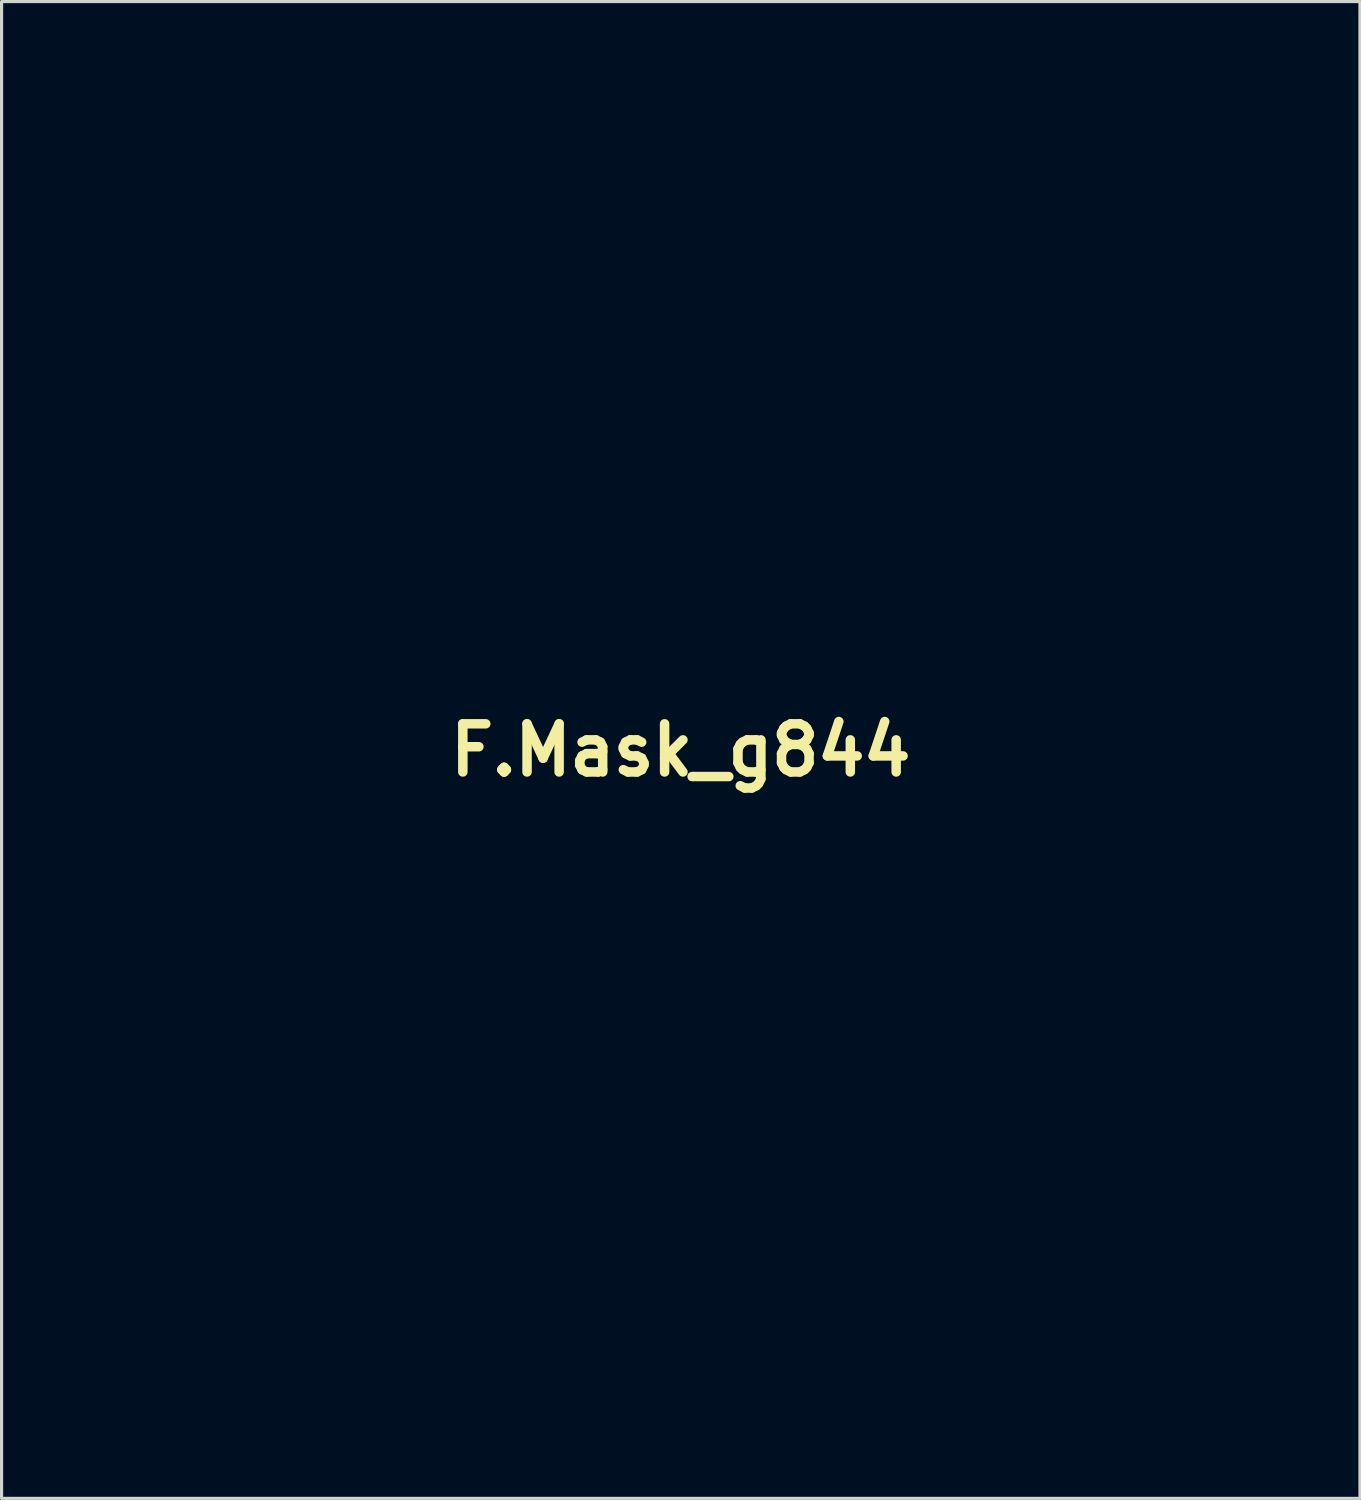
<source format=kicad_pcb>
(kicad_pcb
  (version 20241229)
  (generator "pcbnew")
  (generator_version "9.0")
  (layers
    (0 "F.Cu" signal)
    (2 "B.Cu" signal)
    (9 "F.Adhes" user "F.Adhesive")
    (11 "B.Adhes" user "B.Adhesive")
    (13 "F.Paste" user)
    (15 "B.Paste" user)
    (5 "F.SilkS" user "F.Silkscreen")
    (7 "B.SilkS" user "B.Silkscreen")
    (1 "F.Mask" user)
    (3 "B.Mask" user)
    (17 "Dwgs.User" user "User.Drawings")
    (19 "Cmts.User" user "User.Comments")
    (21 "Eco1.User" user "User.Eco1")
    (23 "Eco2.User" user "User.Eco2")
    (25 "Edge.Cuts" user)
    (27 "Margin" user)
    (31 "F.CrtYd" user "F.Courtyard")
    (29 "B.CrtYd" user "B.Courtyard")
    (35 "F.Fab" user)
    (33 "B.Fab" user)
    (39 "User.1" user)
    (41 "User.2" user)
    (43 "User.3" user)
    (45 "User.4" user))
  (footprint "F.Mask_g844"
    (layer "F.Cu")
    (at 18.494 20.695)
    (property "Reference" "F.Mask_g844" (at 0 0 0) (layer "F.SilkS") (effects (font (size 1.524 1.524) (thickness 0.3))))
    (attr through_hole)
    (fp_poly (pts (xy -0.894 5.703) (xy -0.909 5.717) (xy -0.952 5.754) (xy -1.02 5.81) (xy -1.107 5.883) (xy -1.21 5.969) (xy -1.325 6.063) (xy -1.447 6.163) (xy -1.571 6.266) (xy -1.695 6.367) (xy -1.812 6.463) (xy -1.92 6.55) (xy -2.013 6.625) (xy -2.088 6.685) (xy -2.14 6.726) (xy -2.152 6.736) (xy -2.176 6.742) (xy -2.237 6.756) (xy -2.331 6.775) (xy -2.453 6.799) (xy -2.6 6.827) (xy -2.765 6.859) (xy -2.946 6.894) (xy -3.137 6.93) (xy -3.335 6.966) (xy -3.534 7.003) (xy -3.73 7.039) (xy -3.919 7.074) (xy -4.097 7.106) (xy -4.258 7.134) (xy -4.318 7.145) (xy -4.365 7.151) (xy -4.376 7.145) (xy -4.36 7.126) (xy -4.337 7.109) (xy -4.282 7.069) (xy -4.2 7.011) (xy -4.093 6.935) (xy -3.964 6.845) (xy -3.818 6.743) (xy -3.658 6.632) (xy -3.486 6.513) (xy -3.438 6.48) (xy -2.548 5.865) (xy -1.725 5.781) (xy -1.543 5.762) (xy -1.374 5.745) (xy -1.224 5.731) (xy -1.097 5.719) (xy -0.997 5.71) (xy -0.928 5.704) (xy -0.896 5.703) (xy -0.894 5.703)) (stroke (width 0.01) (type solid)) (fill yes) (layer "F.Mask"))
    (fp_poly (pts (xy -4.341 3.521) (xy -4.279 3.53) (xy -4.185 3.546) (xy -4.064 3.566) (xy -3.92 3.591) (xy -3.759 3.619) (xy -3.585 3.65) (xy -3.403 3.683) (xy -3.217 3.717) (xy -3.033 3.751) (xy -2.855 3.784) (xy -2.688 3.815) (xy -2.537 3.844) (xy -2.407 3.869) (xy -2.302 3.89) (xy -2.227 3.906) (xy -2.187 3.915) (xy -2.184 3.917) (xy -2.158 3.934) (xy -2.105 3.974) (xy -2.028 4.033) (xy -1.932 4.109) (xy -1.821 4.197) (xy -1.701 4.293) (xy -1.575 4.395) (xy -1.447 4.498) (xy -1.323 4.599) (xy -1.207 4.694) (xy -1.103 4.78) (xy -1.015 4.852) (xy -0.949 4.909) (xy -0.909 4.944) (xy -0.898 4.955) (xy -0.903 4.971) (xy -0.914 4.971) (xy -0.941 4.969) (xy -1.005 4.962) (xy -1.101 4.952) (xy -1.226 4.939) (xy -1.373 4.923) (xy -1.539 4.906) (xy -1.718 4.887) (xy -1.746 4.884) (xy -2.55 4.799) (xy -3.469 4.163) (xy -3.644 4.041) (xy -3.806 3.927) (xy -3.955 3.823) (xy -4.085 3.73) (xy -4.194 3.652) (xy -4.279 3.589) (xy -4.337 3.545) (xy -4.365 3.522) (xy -4.366 3.519) (xy -4.341 3.521)) (stroke (width 0.01) (type solid)) (fill yes) (layer "F.Mask"))
    (fp_poly (pts (xy -0.37 6.249) (xy -0.375 6.308) (xy -0.383 6.401) (xy -0.395 6.521) (xy -0.409 6.666) (xy -0.425 6.83) (xy -0.443 7.009) (xy -0.448 7.059) (xy -0.533 7.884) (xy -1.168 8.8) (xy -1.289 8.975) (xy -1.403 9.139) (xy -1.507 9.288) (xy -1.6 9.421) (xy -1.679 9.533) (xy -1.741 9.621) (xy -1.785 9.682) (xy -1.808 9.712) (xy -1.811 9.716) (xy -1.82 9.702) (xy -1.817 9.675) (xy -1.806 9.611) (xy -1.789 9.516) (xy -1.767 9.393) (xy -1.741 9.248) (xy -1.712 9.086) (xy -1.68 8.911) (xy -1.647 8.728) (xy -1.613 8.542) (xy -1.579 8.359) (xy -1.546 8.182) (xy -1.515 8.017) (xy -1.487 7.868) (xy -1.463 7.741) (xy -1.444 7.64) (xy -1.43 7.569) (xy -1.422 7.535) (xy -1.422 7.533) (xy -1.406 7.507) (xy -1.367 7.455) (xy -1.309 7.379) (xy -1.236 7.284) (xy -1.15 7.175) (xy -1.055 7.056) (xy -0.955 6.931) (xy -0.853 6.804) (xy -0.752 6.68) (xy -0.656 6.562) (xy -0.569 6.456) (xy -0.493 6.365) (xy -0.433 6.294) (xy -0.391 6.246) (xy -0.371 6.227) (xy -0.37 6.227) (xy -0.37 6.249)) (stroke (width 0.01) (type solid)) (fill yes) (layer "F.Mask"))
    (fp_poly (pts (xy 0.377 6.231) (xy 0.397 6.252) (xy 0.44 6.301) (xy 0.502 6.374) (xy 0.579 6.468) (xy 0.668 6.576) (xy 0.766 6.695) (xy 0.868 6.821) (xy 0.971 6.949) (xy 1.071 7.074) (xy 1.166 7.192) (xy 1.25 7.299) (xy 1.321 7.389) (xy 1.375 7.459) (xy 1.409 7.505) (xy 1.418 7.519) (xy 1.426 7.549) (xy 1.44 7.616) (xy 1.459 7.713) (xy 1.483 7.837) (xy 1.511 7.982) (xy 1.541 8.145) (xy 1.573 8.32) (xy 1.607 8.502) (xy 1.64 8.687) (xy 1.673 8.871) (xy 1.704 9.047) (xy 1.733 9.213) (xy 1.759 9.362) (xy 1.781 9.49) (xy 1.798 9.593) (xy 1.809 9.666) (xy 1.814 9.704) (xy 1.813 9.708) (xy 1.8 9.693) (xy 1.765 9.647) (xy 1.71 9.571) (xy 1.638 9.471) (xy 1.551 9.348) (xy 1.451 9.206) (xy 1.341 9.048) (xy 1.223 8.878) (xy 1.168 8.799) (xy 0.533 7.881) (xy 0.457 7.121) (xy 0.439 6.943) (xy 0.422 6.776) (xy 0.406 6.625) (xy 0.392 6.495) (xy 0.381 6.392) (xy 0.373 6.322) (xy 0.369 6.29) (xy 0.366 6.244) (xy 0.375 6.23) (xy 0.377 6.231)) (stroke (width 0.01) (type solid)) (fill yes) (layer "F.Mask"))
    (fp_poly (pts (xy 4.374 3.521) (xy 4.359 3.534) (xy 4.313 3.57) (xy 4.238 3.624) (xy 4.137 3.696) (xy 4.014 3.783) (xy 3.872 3.883) (xy 3.715 3.993) (xy 3.545 4.112) (xy 3.467 4.165) (xy 2.551 4.8) (xy 1.789 4.877) (xy 1.611 4.895) (xy 1.443 4.912) (xy 1.293 4.927) (xy 1.163 4.941) (xy 1.061 4.952) (xy 0.99 4.96) (xy 0.958 4.965) (xy 0.911 4.97) (xy 0.889 4.967) (xy 0.889 4.966) (xy 0.905 4.949) (xy 0.95 4.91) (xy 1.019 4.852) (xy 1.108 4.777) (xy 1.213 4.691) (xy 1.33 4.595) (xy 1.454 4.494) (xy 1.581 4.392) (xy 1.706 4.291) (xy 1.825 4.195) (xy 1.935 4.108) (xy 2.03 4.033) (xy 2.106 3.974) (xy 2.159 3.934) (xy 2.185 3.916) (xy 2.185 3.916) (xy 2.215 3.908) (xy 2.282 3.894) (xy 2.379 3.875) (xy 2.503 3.851) (xy 2.648 3.823) (xy 2.811 3.793) (xy 2.986 3.761) (xy 3.168 3.727) (xy 3.353 3.694) (xy 3.537 3.661) (xy 3.713 3.63) (xy 3.879 3.601) (xy 4.028 3.575) (xy 4.156 3.553) (xy 4.26 3.536) (xy 4.332 3.525) (xy 4.37 3.52) (xy 4.374 3.521)) (stroke (width 0.01) (type solid)) (fill yes) (layer "F.Mask"))
    (fp_poly (pts (xy 1.813 0.959) (xy 1.81 0.98) (xy 1.801 1.038) (xy 1.786 1.129) (xy 1.766 1.247) (xy 1.742 1.387) (xy 1.714 1.546) (xy 1.684 1.718) (xy 1.653 1.898) (xy 1.62 2.083) (xy 1.587 2.266) (xy 1.555 2.444) (xy 1.525 2.611) (xy 1.498 2.763) (xy 1.473 2.895) (xy 1.453 3.003) (xy 1.438 3.082) (xy 1.43 3.122) (xy 1.415 3.147) (xy 1.376 3.2) (xy 1.318 3.276) (xy 1.244 3.372) (xy 1.157 3.482) (xy 1.061 3.602) (xy 0.96 3.729) (xy 0.857 3.856) (xy 0.755 3.981) (xy 0.658 4.098) (xy 0.571 4.204) (xy 0.496 4.294) (xy 0.436 4.362) (xy 0.396 4.406) (xy 0.38 4.421) (xy 0.366 4.409) (xy 0.369 4.359) (xy 0.369 4.357) (xy 0.374 4.32) (xy 0.383 4.246) (xy 0.394 4.141) (xy 0.408 4.009) (xy 0.424 3.857) (xy 0.441 3.689) (xy 0.457 3.535) (xy 0.533 2.783) (xy 0.979 2.138) (xy 1.141 1.904) (xy 1.281 1.702) (xy 1.4 1.531) (xy 1.499 1.387) (xy 1.582 1.269) (xy 1.649 1.174) (xy 1.701 1.1) (xy 1.741 1.044) (xy 1.771 1.004) (xy 1.791 0.978) (xy 1.804 0.964) (xy 1.81 0.959) (xy 1.813 0.959)) (stroke (width 0.01) (type solid)) (fill yes) (layer "F.Mask"))
    (fp_poly (pts (xy -1.802 0.964) (xy -1.789 0.977) (xy -1.769 1.002) (xy -1.741 1.04) (xy -1.701 1.095) (xy -1.649 1.168) (xy -1.583 1.263) (xy -1.5 1.382) (xy -1.399 1.529) (xy -1.278 1.704) (xy -1.135 1.911) (xy -1.117 1.937) (xy -0.532 2.785) (xy -0.456 3.535) (xy -0.439 3.712) (xy -0.421 3.878) (xy -0.406 4.028) (xy -0.392 4.155) (xy -0.381 4.257) (xy -0.373 4.325) (xy -0.369 4.355) (xy -0.366 4.401) (xy -0.374 4.424) (xy -0.376 4.424) (xy -0.393 4.408) (xy -0.433 4.363) (xy -0.494 4.292) (xy -0.573 4.199) (xy -0.666 4.088) (xy -0.77 3.962) (xy -0.882 3.825) (xy -0.887 3.819) (xy -1.001 3.679) (xy -1.107 3.547) (xy -1.202 3.428) (xy -1.283 3.325) (xy -1.346 3.243) (xy -1.39 3.186) (xy -1.409 3.157) (xy -1.418 3.128) (xy -1.432 3.063) (xy -1.452 2.966) (xy -1.477 2.843) (xy -1.505 2.698) (xy -1.536 2.535) (xy -1.569 2.36) (xy -1.603 2.178) (xy -1.637 1.992) (xy -1.671 1.808) (xy -1.703 1.631) (xy -1.733 1.465) (xy -1.759 1.314) (xy -1.781 1.184) (xy -1.798 1.08) (xy -1.809 1.005) (xy -1.814 0.965) (xy -1.813 0.96) (xy -1.809 0.959) (xy -1.802 0.964)) (stroke (width 0.01) (type solid)) (fill yes) (layer "F.Mask"))
    (fp_poly (pts (xy 0.916 5.703) (xy 0.974 5.708) (xy 1.064 5.716) (xy 1.179 5.726) (xy 1.313 5.739) (xy 1.463 5.754) (xy 1.621 5.77) (xy 1.783 5.786) (xy 1.943 5.803) (xy 2.095 5.818) (xy 2.234 5.833) (xy 2.354 5.846) (xy 2.451 5.857) (xy 2.517 5.865) (xy 2.549 5.87) (xy 2.55 5.871) (xy 2.572 5.884) (xy 2.625 5.92) (xy 2.705 5.974) (xy 2.807 6.043) (xy 2.928 6.126) (xy 3.063 6.22) (xy 3.209 6.32) (xy 3.361 6.425) (xy 3.516 6.533) (xy 3.669 6.639) (xy 3.817 6.741) (xy 3.955 6.838) (xy 4.079 6.924) (xy 4.185 6.999) (xy 4.27 7.059) (xy 4.329 7.101) (xy 4.358 7.123) (xy 4.36 7.124) (xy 4.38 7.147) (xy 4.368 7.153) (xy 4.36 7.152) (xy 4.333 7.148) (xy 4.269 7.137) (xy 4.172 7.12) (xy 4.045 7.097) (xy 3.892 7.07) (xy 3.718 7.038) (xy 3.527 7.003) (xy 3.322 6.966) (xy 3.253 6.953) (xy 3.045 6.914) (xy 2.849 6.878) (xy 2.669 6.843) (xy 2.51 6.812) (xy 2.375 6.786) (xy 2.269 6.764) (xy 2.194 6.747) (xy 2.156 6.737) (xy 2.153 6.736) (xy 2.099 6.693) (xy 2.022 6.632) (xy 1.928 6.556) (xy 1.819 6.467) (xy 1.701 6.371) (xy 1.576 6.269) (xy 1.451 6.166) (xy 1.329 6.066) (xy 1.213 5.971) (xy 1.11 5.885) (xy 1.022 5.811) (xy 0.953 5.754) (xy 0.91 5.717) (xy 0.894 5.703) (xy 0.894 5.703) (xy 0.916 5.703)) (stroke (width 0.01) (type solid)) (fill yes) (layer "F.Mask"))
    (fp_poly (pts (xy -4.801 6.639) (xy -4.677 6.7) (xy -4.566 6.755) (xy -4.474 6.803) (xy -4.406 6.84) (xy -4.369 6.863) (xy -4.363 6.869) (xy -4.38 6.882) (xy -4.432 6.913) (xy -4.515 6.962) (xy -4.628 7.025) (xy -4.766 7.102) (xy -4.926 7.192) (xy -5.108 7.291) (xy -5.306 7.4) (xy -5.519 7.516) (xy -5.743 7.637) (xy -5.767 7.65) (xy -5.992 7.771) (xy -6.206 7.887) (xy -6.406 7.995) (xy -6.589 8.095) (xy -6.752 8.184) (xy -6.893 8.261) (xy -7.007 8.324) (xy -7.094 8.372) (xy -7.149 8.403) (xy -7.17 8.416) (xy -7.17 8.416) (xy -7.149 8.411) (xy -7.091 8.395) (xy -6.998 8.368) (xy -6.875 8.333) (xy -6.723 8.288) (xy -6.547 8.236) (xy -6.349 8.178) (xy -6.133 8.114) (xy -5.901 8.045) (xy -5.658 7.972) (xy -5.645 7.968) (xy -5.4 7.895) (xy -5.166 7.826) (xy -4.948 7.761) (xy -4.747 7.701) (xy -4.567 7.648) (xy -4.412 7.603) (xy -4.284 7.566) (xy -4.187 7.538) (xy -4.125 7.521) (xy -4.099 7.514) (xy -4.099 7.514) (xy -4.095 7.532) (xy -4.106 7.587) (xy -4.133 7.68) (xy -4.175 7.811) (xy -4.23 7.971) (xy -4.285 8.127) (xy -4.329 8.246) (xy -4.364 8.334) (xy -4.391 8.393) (xy -4.413 8.429) (xy -4.431 8.446) (xy -4.433 8.447) (xy -4.46 8.452) (xy -4.526 8.462) (xy -4.628 8.477) (xy -4.763 8.495) (xy -4.928 8.518) (xy -5.12 8.544) (xy -5.337 8.573) (xy -5.574 8.604) (xy -5.83 8.638) (xy -6.101 8.673) (xy -6.385 8.71) (xy -6.466 8.72) (xy -6.753 8.757) (xy -7.027 8.792) (xy -7.287 8.826) (xy -7.53 8.857) (xy -7.752 8.886) (xy -7.951 8.912) (xy -8.123 8.935) (xy -8.267 8.953) (xy -8.378 8.968) (xy -8.453 8.978) (xy -8.491 8.984) (xy -8.494 8.984) (xy -8.523 8.983) (xy -8.526 8.974) (xy -8.509 8.96) (xy -8.461 8.922) (xy -8.386 8.863) (xy -8.285 8.784) (xy -8.162 8.688) (xy -8.019 8.576) (xy -7.859 8.452) (xy -7.836 8.435) (xy -7.218 8.435) (xy -7.207 8.445) (xy -7.197 8.435) (xy -7.207 8.424) (xy -7.218 8.435) (xy -7.836 8.435) (xy -7.685 8.317) (xy -7.5 8.174) (xy -7.306 8.024) (xy -7.107 7.87) (xy -6.904 7.713) (xy -6.702 7.557) (xy -6.502 7.403) (xy -6.308 7.253) (xy -6.121 7.109) (xy -5.946 6.974) (xy -5.785 6.85) (xy -5.64 6.739) (xy -5.514 6.643) (xy -5.411 6.564) (xy -5.332 6.504) (xy -5.289 6.472) (xy -5.233 6.431) (xy -4.801 6.639)) (stroke (width 0.01) (type solid)) (fill yes) (layer "F.Mask"))
    (fp_poly (pts (xy 5.3 6.479) (xy 5.328 6.501) (xy 5.387 6.546) (xy 5.473 6.611) (xy 5.583 6.696) (xy 5.714 6.797) (xy 5.864 6.912) (xy 6.03 7.039) (xy 6.209 7.176) (xy 6.397 7.321) (xy 6.593 7.472) (xy 6.794 7.626) (xy 6.996 7.782) (xy 7.196 7.936) (xy 7.393 8.087) (xy 7.583 8.234) (xy 7.763 8.372) (xy 7.931 8.501) (xy 8.083 8.619) (xy 8.217 8.722) (xy 8.33 8.809) (xy 8.419 8.878) (xy 8.481 8.926) (xy 8.514 8.952) (xy 8.518 8.956) (xy 8.531 8.977) (xy 8.529 8.981) (xy 8.507 8.979) (xy 8.446 8.973) (xy 8.349 8.961) (xy 8.218 8.945) (xy 8.057 8.925) (xy 7.868 8.901) (xy 7.655 8.874) (xy 7.42 8.844) (xy 7.165 8.811) (xy 6.894 8.776) (xy 6.61 8.739) (xy 6.477 8.721) (xy 6.187 8.683) (xy 5.909 8.647) (xy 5.646 8.612) (xy 5.401 8.579) (xy 5.176 8.549) (xy 4.974 8.521) (xy 4.798 8.497) (xy 4.652 8.477) (xy 4.538 8.46) (xy 4.458 8.448) (xy 4.416 8.441) (xy 4.411 8.44) (xy 4.408 8.435) (xy 7.197 8.435) (xy 7.207 8.445) (xy 7.218 8.435) (xy 7.207 8.424) (xy 7.197 8.435) (xy 4.408 8.435) (xy 4.397 8.416) (xy 4.373 8.36) (xy 4.341 8.278) (xy 4.304 8.177) (xy 4.264 8.064) (xy 4.223 7.947) (xy 4.184 7.831) (xy 4.149 7.724) (xy 4.12 7.633) (xy 4.101 7.564) (xy 4.093 7.526) (xy 4.094 7.52) (xy 4.116 7.524) (xy 4.175 7.539) (xy 4.268 7.564) (xy 4.393 7.599) (xy 4.545 7.643) (xy 4.723 7.694) (xy 4.921 7.752) (xy 5.138 7.816) (xy 5.371 7.885) (xy 5.615 7.958) (xy 5.635 7.964) (xy 5.88 8.038) (xy 6.113 8.107) (xy 6.331 8.172) (xy 6.531 8.231) (xy 6.709 8.284) (xy 6.863 8.329) (xy 6.989 8.366) (xy 7.084 8.393) (xy 7.146 8.41) (xy 7.17 8.416) (xy 7.17 8.416) (xy 7.153 8.405) (xy 7.102 8.375) (xy 7.019 8.329) (xy 6.907 8.267) (xy 6.769 8.192) (xy 6.608 8.104) (xy 6.427 8.006) (xy 6.229 7.899) (xy 6.017 7.784) (xy 5.792 7.662) (xy 5.768 7.649) (xy 5.542 7.527) (xy 5.328 7.411) (xy 5.128 7.302) (xy 4.945 7.201) (xy 4.781 7.111) (xy 4.641 7.032) (xy 4.526 6.967) (xy 4.44 6.917) (xy 4.384 6.884) (xy 4.364 6.869) (xy 4.363 6.869) (xy 4.383 6.854) (xy 4.436 6.824) (xy 4.516 6.781) (xy 4.618 6.729) (xy 4.736 6.671) (xy 4.801 6.639) (xy 5.233 6.431) (xy 5.3 6.479)) (stroke (width 0.01) (type solid)) (fill yes) (layer "F.Mask"))
    (fp_poly (pts (xy 2.086 9.532) (xy 2.14 9.548) (xy 2.22 9.574) (xy 2.32 9.606) (xy 2.432 9.644) (xy 2.549 9.684) (xy 2.664 9.723) (xy 2.772 9.761) (xy 2.863 9.794) (xy 2.933 9.82) (xy 2.974 9.836) (xy 2.98 9.839) (xy 2.985 9.862) (xy 2.996 9.923) (xy 3.011 10.019) (xy 3.03 10.146) (xy 3.053 10.302) (xy 3.079 10.482) (xy 3.107 10.683) (xy 3.138 10.902) (xy 3.17 11.135) (xy 3.203 11.378) (xy 3.237 11.629) (xy 3.271 11.883) (xy 3.305 12.137) (xy 3.338 12.388) (xy 3.37 12.633) (xy 3.401 12.867) (xy 3.429 13.087) (xy 3.455 13.29) (xy 3.477 13.472) (xy 3.497 13.63) (xy 3.512 13.76) (xy 3.523 13.859) (xy 3.529 13.923) (xy 3.53 13.949) (xy 3.516 13.944) (xy 3.48 13.91) (xy 3.428 13.851) (xy 3.363 13.771) (xy 3.311 13.705) (xy 3.217 13.584) (xy 3.108 13.443) (xy 2.986 13.285) (xy 2.853 13.112) (xy 2.711 12.928) (xy 2.563 12.735) (xy 2.511 12.668) (xy 2.985 12.668) (xy 2.995 12.679) (xy 3.006 12.668) (xy 2.995 12.658) (xy 2.985 12.668) (xy 2.511 12.668) (xy 2.41 12.536) (xy 2.254 12.334) (xy 2.099 12.132) (xy 1.946 11.932) (xy 1.797 11.738) (xy 1.655 11.553) (xy 1.521 11.378) (xy 1.398 11.218) (xy 1.288 11.074) (xy 1.193 10.95) (xy 1.116 10.849) (xy 1.058 10.773) (xy 1.022 10.726) (xy 1.011 10.71) (xy 1.006 10.69) (xy 1.012 10.658) (xy 1.028 10.607) (xy 1.058 10.534) (xy 1.103 10.434) (xy 1.165 10.303) (xy 1.195 10.242) (xy 1.255 10.117) (xy 1.309 10.005) (xy 1.356 9.911) (xy 1.391 9.842) (xy 1.412 9.802) (xy 1.416 9.795) (xy 1.428 9.81) (xy 1.459 9.86) (xy 1.506 9.942) (xy 1.569 10.053) (xy 1.645 10.19) (xy 1.734 10.35) (xy 1.833 10.53) (xy 1.942 10.728) (xy 2.057 10.941) (xy 2.179 11.166) (xy 2.201 11.207) (xy 2.324 11.434) (xy 2.44 11.65) (xy 2.549 11.851) (xy 2.65 12.036) (xy 2.739 12.201) (xy 2.817 12.343) (xy 2.881 12.46) (xy 2.93 12.548) (xy 2.963 12.606) (xy 2.977 12.629) (xy 2.977 12.63) (xy 2.972 12.609) (xy 2.956 12.551) (xy 2.929 12.459) (xy 2.893 12.335) (xy 2.848 12.183) (xy 2.796 12.007) (xy 2.737 11.809) (xy 2.673 11.592) (xy 2.603 11.359) (xy 2.53 11.114) (xy 2.52 11.08) (xy 2.446 10.834) (xy 2.376 10.599) (xy 2.311 10.38) (xy 2.251 10.178) (xy 2.198 9.998) (xy 2.153 9.843) (xy 2.116 9.715) (xy 2.088 9.618) (xy 2.071 9.555) (xy 2.065 9.528) (xy 2.065 9.528) (xy 2.086 9.532)) (stroke (width 0.01) (type solid)) (fill yes) (layer "F.Mask"))
    (fp_poly (pts (xy 8.524 1.913) (xy 8.525 1.915) (xy 8.524 1.92) (xy 8.518 1.927) (xy 8.505 1.939) (xy 8.484 1.957) (xy 8.453 1.983) (xy 8.409 2.018) (xy 8.351 2.064) (xy 8.277 2.122) (xy 8.185 2.193) (xy 8.073 2.28) (xy 7.94 2.383) (xy 7.782 2.504) (xy 7.599 2.645) (xy 7.388 2.807) (xy 7.148 2.991) (xy 6.877 3.199) (xy 6.826 3.238) (xy 6.602 3.41) (xy 6.388 3.575) (xy 6.185 3.731) (xy 5.996 3.877) (xy 5.823 4.009) (xy 5.67 4.127) (xy 5.537 4.229) (xy 5.429 4.313) (xy 5.347 4.376) (xy 5.293 4.418) (xy 5.271 4.435) (xy 5.271 4.436) (xy 5.255 4.442) (xy 5.228 4.439) (xy 5.185 4.426) (xy 5.122 4.401) (xy 5.034 4.363) (xy 4.916 4.308) (xy 4.789 4.247) (xy 4.663 4.186) (xy 4.55 4.131) (xy 4.456 4.084) (xy 4.387 4.049) (xy 4.347 4.027) (xy 4.34 4.022) (xy 4.358 4.01) (xy 4.41 3.98) (xy 4.494 3.933) (xy 4.607 3.871) (xy 4.746 3.795) (xy 4.908 3.707) (xy 5.09 3.608) (xy 5.289 3.5) (xy 5.503 3.384) (xy 5.728 3.262) (xy 5.768 3.241) (xy 5.995 3.118) (xy 6.211 3.002) (xy 6.413 2.892) (xy 6.598 2.792) (xy 6.764 2.702) (xy 6.907 2.624) (xy 7.024 2.56) (xy 7.114 2.511) (xy 7.172 2.479) (xy 7.196 2.464) (xy 7.197 2.464) (xy 7.181 2.463) (xy 7.17 2.466) (xy 7.13 2.479) (xy 7.056 2.502) (xy 6.95 2.534) (xy 6.817 2.574) (xy 6.661 2.621) (xy 6.485 2.674) (xy 6.293 2.731) (xy 6.089 2.792) (xy 5.877 2.855) (xy 5.661 2.919) (xy 5.444 2.983) (xy 5.231 3.047) (xy 5.024 3.108) (xy 4.829 3.165) (xy 4.648 3.219) (xy 4.485 3.266) (xy 4.345 3.307) (xy 4.231 3.34) (xy 4.147 3.365) (xy 4.097 3.379) (xy 4.084 3.382) (xy 4.086 3.361) (xy 4.101 3.308) (xy 4.126 3.228) (xy 4.158 3.129) (xy 4.197 3.017) (xy 4.238 2.899) (xy 4.28 2.782) (xy 4.32 2.672) (xy 4.356 2.576) (xy 4.386 2.502) (xy 4.407 2.455) (xy 4.416 2.441) (xy 4.442 2.437) (xy 4.507 2.428) (xy 4.606 2.414) (xy 4.736 2.397) (xy 4.894 2.376) (xy 5.076 2.352) (xy 5.278 2.325) (xy 5.498 2.296) (xy 5.732 2.266) (xy 5.976 2.235) (xy 6.227 2.202) (xy 6.481 2.169) (xy 6.735 2.137) (xy 6.985 2.105) (xy 7.228 2.074) (xy 7.461 2.044) (xy 7.679 2.016) (xy 7.88 1.991) (xy 8.06 1.968) (xy 8.216 1.949) (xy 8.343 1.933) (xy 8.44 1.922) (xy 8.501 1.915) (xy 8.524 1.913) (xy 8.524 1.913)) (stroke (width 0.01) (type solid)) (fill yes) (layer "F.Mask"))
    (fp_poly (pts (xy -2.069 9.549) (xy -2.085 9.607) (xy -2.111 9.7) (xy -2.147 9.824) (xy -2.191 9.976) (xy -2.243 10.153) (xy -2.302 10.351) (xy -2.367 10.568) (xy -2.436 10.801) (xy -2.509 11.046) (xy -2.52 11.08) (xy -2.593 11.326) (xy -2.663 11.561) (xy -2.729 11.78) (xy -2.789 11.981) (xy -2.842 12.161) (xy -2.887 12.316) (xy -2.925 12.443) (xy -2.953 12.54) (xy -2.97 12.603) (xy -2.977 12.629) (xy -2.977 12.63) (xy -2.966 12.613) (xy -2.937 12.561) (xy -2.891 12.478) (xy -2.829 12.366) (xy -2.754 12.228) (xy -2.666 12.066) (xy -2.568 11.885) (xy -2.46 11.686) (xy -2.345 11.473) (xy -2.223 11.248) (xy -2.201 11.207) (xy -2.079 10.98) (xy -1.962 10.765) (xy -1.852 10.564) (xy -1.751 10.38) (xy -1.661 10.216) (xy -1.582 10.075) (xy -1.517 9.96) (xy -1.467 9.873) (xy -1.433 9.817) (xy -1.417 9.795) (xy -1.417 9.795) (xy -1.404 9.818) (xy -1.375 9.873) (xy -1.334 9.956) (xy -1.283 10.059) (xy -1.225 10.178) (xy -1.194 10.241) (xy -1.125 10.385) (xy -1.074 10.496) (xy -1.038 10.579) (xy -1.016 10.637) (xy -1.006 10.676) (xy -1.007 10.701) (xy -1.01 10.708) (xy -1.027 10.732) (xy -1.068 10.787) (xy -1.131 10.869) (xy -1.212 10.976) (xy -1.311 11.106) (xy -1.425 11.254) (xy -1.551 11.418) (xy -1.687 11.596) (xy -1.832 11.785) (xy -1.983 11.981) (xy -2.137 12.182) (xy -2.294 12.385) (xy -2.449 12.587) (xy -2.602 12.786) (xy -2.75 12.978) (xy -2.891 13.16) (xy -3.022 13.33) (xy -3.142 13.485) (xy -3.248 13.622) (xy -3.338 13.738) (xy -3.409 13.83) (xy -3.461 13.896) (xy -3.49 13.932) (xy -3.495 13.938) (xy -3.524 13.964) (xy -3.534 13.958) (xy -3.535 13.946) (xy -3.532 13.92) (xy -3.524 13.856) (xy -3.512 13.755) (xy -3.495 13.621) (xy -3.474 13.457) (xy -3.449 13.266) (xy -3.422 13.05) (xy -3.391 12.813) (xy -3.372 12.668) (xy -3.006 12.668) (xy -2.995 12.679) (xy -2.985 12.668) (xy -2.995 12.658) (xy -3.006 12.668) (xy -3.372 12.668) (xy -3.358 12.557) (xy -3.323 12.285) (xy -3.286 12.001) (xy -3.27 11.884) (xy -3.221 11.507) (xy -3.176 11.167) (xy -3.135 10.864) (xy -3.099 10.599) (xy -3.067 10.373) (xy -3.04 10.186) (xy -3.018 10.039) (xy -3.001 9.931) (xy -2.988 9.865) (xy -2.98 9.84) (xy -2.98 9.84) (xy -2.951 9.827) (xy -2.89 9.804) (xy -2.805 9.773) (xy -2.702 9.737) (xy -2.589 9.698) (xy -2.471 9.658) (xy -2.357 9.619) (xy -2.252 9.584) (xy -2.165 9.556) (xy -2.101 9.537) (xy -2.068 9.528) (xy -2.064 9.528) (xy -2.069 9.549)) (stroke (width 0.01) (type solid)) (fill yes) (layer "F.Mask"))
    (fp_poly (pts (xy -3.517 -3.051) (xy -3.48 -3.007) (xy -3.422 -2.935) (xy -3.344 -2.838) (xy -3.249 -2.718) (xy -3.139 -2.578) (xy -3.016 -2.422) (xy -2.882 -2.25) (xy -2.74 -2.068) (xy -2.591 -1.876) (xy -2.437 -1.678) (xy -2.281 -1.477) (xy -2.125 -1.275) (xy -1.971 -1.076) (xy -1.821 -0.881) (xy -1.677 -0.694) (xy -1.541 -0.518) (xy -1.416 -0.354) (xy -1.304 -0.206) (xy -1.206 -0.078) (xy -1.125 0.03) (xy -1.063 0.113) (xy -1.022 0.17) (xy -1.004 0.197) (xy -1.004 0.198) (xy -1.009 0.224) (xy -1.031 0.283) (xy -1.067 0.369) (xy -1.115 0.475) (xy -1.171 0.596) (xy -1.207 0.669) (xy -1.276 0.812) (xy -1.33 0.92) (xy -1.371 0.997) (xy -1.401 1.047) (xy -1.422 1.075) (xy -1.436 1.083) (xy -1.446 1.077) (xy -1.46 1.053) (xy -1.492 0.995) (xy -1.541 0.905) (xy -1.605 0.787) (xy -1.683 0.644) (xy -1.773 0.478) (xy -1.873 0.293) (xy -1.982 0.092) (xy -2.098 -0.123) (xy -2.219 -0.349) (xy -2.223 -0.355) (xy -2.343 -0.58) (xy -2.458 -0.793) (xy -2.566 -0.992) (xy -2.664 -1.174) (xy -2.752 -1.336) (xy -2.828 -1.475) (xy -2.89 -1.589) (xy -2.937 -1.674) (xy -2.967 -1.728) (xy -2.979 -1.747) (xy -2.979 -1.747) (xy -2.974 -1.727) (xy -2.958 -1.67) (xy -2.932 -1.58) (xy -2.897 -1.461) (xy -2.854 -1.317) (xy -2.805 -1.151) (xy -2.751 -0.967) (xy -2.692 -0.769) (xy -2.631 -0.561) (xy -2.567 -0.346) (xy -2.502 -0.129) (xy -2.438 0.087) (xy -2.375 0.298) (xy -2.315 0.5) (xy -2.258 0.689) (xy -2.206 0.863) (xy -2.16 1.016) (xy -2.121 1.145) (xy -2.091 1.246) (xy -2.069 1.316) (xy -2.063 1.336) (xy -2.06 1.367) (xy -2.068 1.374) (xy -2.092 1.367) (xy -2.15 1.348) (xy -2.236 1.318) (xy -2.345 1.281) (xy -2.47 1.237) (xy -2.54 1.212) (xy -2.67 1.166) (xy -2.787 1.125) (xy -2.883 1.091) (xy -2.954 1.065) (xy -2.994 1.051) (xy -3 1.048) (xy -3.004 1.027) (xy -3.013 0.967) (xy -3.026 0.872) (xy -3.043 0.746) (xy -3.064 0.591) (xy -3.087 0.412) (xy -3.114 0.212) (xy -3.142 -0.006) (xy -3.173 -0.239) (xy -3.204 -0.481) (xy -3.237 -0.732) (xy -3.269 -0.986) (xy -3.302 -1.24) (xy -3.334 -1.491) (xy -3.366 -1.735) (xy -3.373 -1.789) (xy -3.006 -1.789) (xy -2.995 -1.778) (xy -2.985 -1.789) (xy -2.995 -1.799) (xy -3.006 -1.789) (xy -3.373 -1.789) (xy -3.396 -1.97) (xy -3.424 -2.191) (xy -3.449 -2.394) (xy -3.472 -2.577) (xy -3.492 -2.737) (xy -3.508 -2.868) (xy -3.52 -2.969) (xy -3.528 -3.035) (xy -3.53 -3.063) (xy -3.53 -3.064) (xy -3.517 -3.051)) (stroke (width 0.01) (type solid)) (fill yes) (layer "F.Mask"))
    (fp_poly (pts (xy 3.53 -3.063) (xy 3.528 -3.04) (xy 3.521 -2.978) (xy 3.51 -2.881) (xy 3.494 -2.752) (xy 3.475 -2.596) (xy 3.452 -2.416) (xy 3.427 -2.214) (xy 3.399 -1.995) (xy 3.369 -1.762) (xy 3.338 -1.519) (xy 3.306 -1.268) (xy 3.273 -1.014) (xy 3.24 -0.76) (xy 3.208 -0.509) (xy 3.176 -0.265) (xy 3.146 -0.032) (xy 3.117 0.188) (xy 3.09 0.39) (xy 3.066 0.572) (xy 3.045 0.73) (xy 3.028 0.859) (xy 3.014 0.958) (xy 3.005 1.022) (xy 3 1.048) (xy 3 1.048) (xy 2.98 1.056) (xy 2.925 1.075) (xy 2.842 1.105) (xy 2.736 1.142) (xy 2.613 1.185) (xy 2.551 1.206) (xy 2.42 1.252) (xy 2.302 1.293) (xy 2.203 1.328) (xy 2.128 1.354) (xy 2.085 1.369) (xy 2.077 1.372) (xy 2.058 1.369) (xy 2.062 1.338) (xy 2.079 1.283) (xy 2.106 1.195) (xy 2.142 1.078) (xy 2.184 0.935) (xy 2.234 0.77) (xy 2.289 0.587) (xy 2.347 0.39) (xy 2.409 0.183) (xy 2.473 -0.032) (xy 2.538 -0.249) (xy 2.602 -0.465) (xy 2.665 -0.676) (xy 2.725 -0.879) (xy 2.781 -1.07) (xy 2.833 -1.245) (xy 2.878 -1.399) (xy 2.917 -1.53) (xy 2.947 -1.634) (xy 2.968 -1.706) (xy 2.978 -1.743) (xy 2.979 -1.748) (xy 2.969 -1.73) (xy 2.94 -1.679) (xy 2.894 -1.595) (xy 2.832 -1.483) (xy 2.757 -1.345) (xy 2.67 -1.184) (xy 2.572 -1.004) (xy 2.465 -0.805) (xy 2.351 -0.593) (xy 2.23 -0.369) (xy 2.223 -0.355) (xy 2.101 -0.129) (xy 1.985 0.086) (xy 1.876 0.288) (xy 1.776 0.473) (xy 1.686 0.64) (xy 1.608 0.784) (xy 1.543 0.902) (xy 1.493 0.993) (xy 1.461 1.052) (xy 1.446 1.077) (xy 1.446 1.077) (xy 1.435 1.083) (xy 1.42 1.073) (xy 1.399 1.044) (xy 1.368 0.991) (xy 1.326 0.911) (xy 1.271 0.8) (xy 1.207 0.669) (xy 1.146 0.542) (xy 1.094 0.426) (xy 1.051 0.328) (xy 1.021 0.254) (xy 1.005 0.208) (xy 1.004 0.197) (xy 1.02 0.173) (xy 1.059 0.118) (xy 1.119 0.037) (xy 1.199 -0.068) (xy 1.295 -0.196) (xy 1.407 -0.342) (xy 1.531 -0.504) (xy 1.666 -0.679) (xy 1.809 -0.866) (xy 1.959 -1.06) (xy 2.113 -1.259) (xy 2.269 -1.46) (xy 2.425 -1.662) (xy 2.523 -1.789) (xy 2.985 -1.789) (xy 2.995 -1.778) (xy 3.006 -1.789) (xy 2.995 -1.799) (xy 2.985 -1.789) (xy 2.523 -1.789) (xy 2.579 -1.86) (xy 2.728 -2.052) (xy 2.871 -2.235) (xy 3.006 -2.408) (xy 3.13 -2.566) (xy 3.241 -2.707) (xy 3.337 -2.828) (xy 3.416 -2.928) (xy 3.476 -3.002) (xy 3.515 -3.048) (xy 3.53 -3.064) (xy 3.53 -3.063)) (stroke (width 0.01) (type solid)) (fill yes) (layer "F.Mask"))
    (fp_poly (pts (xy -8.503 1.915) (xy -8.443 1.921) (xy -8.348 1.933) (xy -8.221 1.948) (xy -8.067 1.967) (xy -7.887 1.99) (xy -7.687 2.015) (xy -7.469 2.042) (xy -7.237 2.072) (xy -6.994 2.103) (xy -6.744 2.135) (xy -6.49 2.167) (xy -6.236 2.2) (xy -5.985 2.233) (xy -5.741 2.264) (xy -5.507 2.295) (xy -5.286 2.323) (xy -5.083 2.35) (xy -4.9 2.374) (xy -4.741 2.395) (xy -4.61 2.413) (xy -4.51 2.427) (xy -4.444 2.436) (xy -4.416 2.441) (xy -4.416 2.441) (xy -4.404 2.461) (xy -4.382 2.515) (xy -4.351 2.594) (xy -4.313 2.694) (xy -4.272 2.806) (xy -4.229 2.924) (xy -4.186 3.042) (xy -4.148 3.152) (xy -4.115 3.248) (xy -4.091 3.323) (xy -4.077 3.37) (xy -4.075 3.383) (xy -4.096 3.378) (xy -4.154 3.362) (xy -4.246 3.336) (xy -4.37 3.3) (xy -4.521 3.256) (xy -4.697 3.204) (xy -4.894 3.146) (xy -5.11 3.082) (xy -5.341 3.013) (xy -5.581 2.941) (xy -5.876 2.853) (xy -6.133 2.776) (xy -6.355 2.709) (xy -6.544 2.653) (xy -6.702 2.606) (xy -6.834 2.566) (xy -6.94 2.535) (xy -7.024 2.51) (xy -7.088 2.491) (xy -7.134 2.477) (xy -7.166 2.468) (xy -7.186 2.463) (xy -7.197 2.46) (xy -7.201 2.46) (xy -7.2 2.461) (xy -7.198 2.463) (xy -7.197 2.465) (xy -7.178 2.476) (xy -7.126 2.505) (xy -7.042 2.551) (xy -6.929 2.613) (xy -6.79 2.688) (xy -6.628 2.776) (xy -6.446 2.874) (xy -6.247 2.982) (xy -6.033 3.098) (xy -5.807 3.219) (xy -5.768 3.24) (xy -5.541 3.363) (xy -5.325 3.479) (xy -5.123 3.589) (xy -4.937 3.689) (xy -4.772 3.78) (xy -4.629 3.858) (xy -4.512 3.923) (xy -4.422 3.972) (xy -4.364 4.005) (xy -4.34 4.02) (xy -4.339 4.021) (xy -4.358 4.033) (xy -4.408 4.06) (xy -4.484 4.099) (xy -4.578 4.145) (xy -4.686 4.197) (xy -4.798 4.251) (xy -4.911 4.303) (xy -5.016 4.352) (xy -5.107 4.393) (xy -5.178 4.424) (xy -5.222 4.442) (xy -5.233 4.444) (xy -5.253 4.432) (xy -5.305 4.395) (xy -5.385 4.336) (xy -5.491 4.257) (xy -5.62 4.16) (xy -5.77 4.047) (xy -5.938 3.919) (xy -6.122 3.779) (xy -6.319 3.628) (xy -6.527 3.468) (xy -6.636 3.385) (xy -6.928 3.159) (xy -7.189 2.958) (xy -7.42 2.78) (xy -7.623 2.624) (xy -7.8 2.488) (xy -7.952 2.371) (xy -8.081 2.271) (xy -8.19 2.187) (xy -8.28 2.117) (xy -8.352 2.061) (xy -8.409 2.016) (xy -8.452 1.982) (xy -8.483 1.957) (xy -8.504 1.939) (xy -8.517 1.927) (xy -8.524 1.92) (xy -8.526 1.916) (xy -8.525 1.914) (xy -8.524 1.913) (xy -8.503 1.915)) (stroke (width 0.01) (type solid)) (fill yes) (layer "F.Mask"))
    (fp_poly (pts (xy 1.925 -20.641) (xy 2.098 -20.548) (xy 2.242 -20.428) (xy 2.354 -20.285) (xy 2.431 -20.124) (xy 2.437 -20.105) (xy 2.445 -20.078) (xy 2.451 -20.048) (xy 2.457 -20.012) (xy 2.462 -19.967) (xy 2.466 -19.91) (xy 2.469 -19.837) (xy 2.472 -19.746) (xy 2.473 -19.632) (xy 2.475 -19.493) (xy 2.476 -19.325) (xy 2.476 -19.125) (xy 2.476 -18.889) (xy 2.476 -18.615) (xy 2.477 -18.571) (xy 2.477 -18.281) (xy 2.477 -18.031) (xy 2.478 -17.818) (xy 2.479 -17.64) (xy 2.481 -17.495) (xy 2.484 -17.379) (xy 2.486 -17.29) (xy 2.49 -17.226) (xy 2.494 -17.184) (xy 2.499 -17.162) (xy 2.503 -17.157) (xy 2.529 -17.152) (xy 2.592 -17.139) (xy 2.687 -17.12) (xy 2.808 -17.096) (xy 2.951 -17.068) (xy 3.111 -17.037) (xy 3.249 -17.01) (xy 3.591 -16.942) (xy 3.898 -16.878) (xy 4.178 -16.815) (xy 4.438 -16.753) (xy 4.686 -16.69) (xy 4.929 -16.622) (xy 5.163 -16.554) (xy 6.008 -16.278) (xy 6.834 -15.964) (xy 7.64 -15.612) (xy 8.426 -15.224) (xy 9.193 -14.797) (xy 9.94 -14.333) (xy 10.669 -13.831) (xy 11.345 -13.318) (xy 12.017 -12.757) (xy 12.662 -12.164) (xy 13.28 -11.539) (xy 13.869 -10.886) (xy 14.428 -10.204) (xy 14.956 -9.496) (xy 15.45 -8.764) (xy 15.911 -8.009) (xy 16.266 -7.366) (xy 16.668 -6.559) (xy 17.03 -5.737) (xy 17.353 -4.901) (xy 17.637 -4.052) (xy 17.881 -3.193) (xy 18.085 -2.324) (xy 18.248 -1.447) (xy 18.372 -0.563) (xy 18.454 0.326) (xy 18.497 1.219) (xy 18.498 2.114) (xy 18.457 3.01) (xy 18.376 3.906) (xy 18.253 4.801) (xy 18.118 5.546) (xy 17.921 6.42) (xy 17.684 7.282) (xy 17.408 8.13) (xy 17.093 8.963) (xy 16.741 9.781) (xy 16.351 10.58) (xy 15.926 11.359) (xy 15.465 12.118) (xy 14.969 12.855) (xy 14.439 13.568) (xy 13.876 14.255) (xy 13.495 14.686) (xy 12.878 15.329) (xy 12.236 15.939) (xy 11.569 16.516) (xy 10.876 17.058) (xy 10.159 17.567) (xy 9.419 18.04) (xy 8.656 18.478) (xy 8.17 18.732) (xy 7.375 19.11) (xy 6.573 19.447) (xy 5.762 19.743) (xy 4.94 19.998) (xy 4.108 20.213) (xy 3.262 20.388) (xy 2.403 20.523) (xy 1.529 20.619) (xy 1.001 20.658) (xy 0.903 20.663) (xy 0.772 20.666) (xy 0.615 20.67) (xy 0.439 20.672) (xy 0.251 20.674) (xy 0.057 20.676) (xy -0.136 20.676) (xy -0.322 20.676) (xy -0.494 20.675) (xy -0.644 20.673) (xy -0.767 20.67) (xy -0.855 20.667) (xy -0.868 20.666) (xy -0.922 20.662) (xy -1.009 20.656) (xy -1.118 20.649) (xy -1.239 20.641) (xy -1.302 20.637) (xy -2.03 20.571) (xy -2.772 20.471) (xy -3.521 20.337) (xy -4.269 20.171) (xy -5.009 19.976) (xy -5.732 19.752) (xy -5.98 19.667) (xy -6.796 19.358) (xy -7.598 19.01) (xy -8.384 18.623) (xy -9.151 18.199) (xy -9.899 17.738) (xy -10.626 17.242) (xy -11.271 16.756) (xy -11.823 16.303) (xy -12.371 15.815) (xy -12.906 15.3) (xy -13.42 14.767) (xy -13.887 14.245) (xy -14.447 13.56) (xy -14.974 12.849) (xy -15.467 12.115) (xy -15.926 11.358) (xy -16.35 10.581) (xy -16.737 9.785) (xy -17.089 8.971) (xy -17.402 8.141) (xy -17.678 7.297) (xy -17.915 6.441) (xy -18.113 5.573) (xy -18.271 4.696) (xy -18.388 3.812) (xy -18.402 3.672) (xy -18.423 3.465) (xy -18.44 3.278) (xy -18.454 3.104) (xy -18.465 2.936) (xy -18.473 2.768) (xy -18.48 2.592) (xy -18.484 2.402) (xy -18.487 2.19) (xy -18.488 1.95) (xy -18.489 1.688) (xy -16.86 1.688) (xy -16.858 1.946) (xy -16.854 2.199) (xy -16.849 2.44) (xy -16.843 2.662) (xy -16.834 2.859) (xy -16.824 3.024) (xy -16.82 3.069) (xy -16.743 3.821) (xy -16.64 4.546) (xy -16.511 5.256) (xy -16.353 5.96) (xy -16.164 6.667) (xy -16.14 6.752) (xy -15.879 7.573) (xy -15.581 8.374) (xy -15.246 9.155) (xy -14.876 9.914) (xy -14.472 10.651) (xy -14.033 11.364) (xy -13.56 12.053) (xy -13.055 12.717) (xy -12.519 13.355) (xy -11.951 13.966) (xy -11.353 14.549) (xy -10.725 15.104) (xy -10.068 15.629) (xy -9.384 16.123) (xy -8.672 16.585) (xy -7.933 17.016) (xy -7.303 17.347) (xy -6.597 17.681) (xy -5.892 17.977) (xy -5.185 18.237) (xy -4.47 18.461) (xy -3.745 18.65) (xy -3.005 18.806) (xy -2.245 18.93) (xy -1.464 19.021) (xy -0.73 19.078) (xy -0.627 19.083) (xy -0.49 19.086) (xy -0.327 19.088) (xy -0.147 19.088) (xy 0.041 19.088) (xy 0.229 19.086) (xy 0.409 19.083) (xy 0.572 19.079) (xy 0.71 19.074) (xy 0.773 19.071) (xy 1.617 19.001) (xy 2.454 18.89) (xy 3.281 18.737) (xy 4.098 18.545) (xy 4.903 18.313) (xy 5.695 18.041) (xy 6.473 17.73) (xy 7.236 17.381) (xy 7.982 16.995) (xy 8.711 16.57) (xy 9.421 16.109) (xy 10.111 15.611) (xy 10.78 15.077) (xy 10.926 14.953) (xy 11.501 14.436) (xy 12.05 13.889) (xy 12.576 13.311) (xy 13.079 12.702) (xy 13.56 12.058) (xy 14.022 11.38) (xy 14.464 10.665) (xy 14.58 10.467) (xy 14.972 9.744) (xy 15.328 8.999) (xy 15.649 8.233) (xy 15.934 7.446) (xy 16.182 6.642) (xy 16.393 5.819) (xy 16.567 4.981) (xy 16.703 4.128) (xy 16.802 3.261) (xy 16.85 2.603) (xy 16.857 2.456) (xy 16.861 2.276) (xy 16.864 2.07) (xy 16.865 1.846) (xy 16.865 1.611) (xy 16.863 1.371) (xy 16.86 1.135) (xy 16.855 0.909) (xy 16.849 0.701) (xy 16.841 0.517) (xy 16.832 0.365) (xy 16.828 0.307) (xy 16.738 -0.55) (xy 16.616 -1.382) (xy 16.46 -2.191) (xy 16.269 -2.98) (xy 16.044 -3.75) (xy 15.782 -4.506) (xy 15.483 -5.249) (xy 15.147 -5.981) (xy 14.771 -6.706) (xy 14.356 -7.426) (xy 13.9 -8.144) (xy 13.854 -8.213) (xy 13.555 -8.647) (xy 13.256 -9.054) (xy 12.949 -9.444) (xy 12.627 -9.826) (xy 12.283 -10.207) (xy 11.909 -10.599) (xy 11.865 -10.644) (xy 11.54 -10.967) (xy 11.229 -11.263) (xy 10.922 -11.54) (xy 10.61 -11.806) (xy 10.284 -12.069) (xy 9.938 -12.335) (xy 9.762 -12.465) (xy 9.562 -12.607) (xy 9.349 -12.755) (xy 9.131 -12.903) (xy 8.916 -13.045) (xy 8.715 -13.174) (xy 8.536 -13.286) (xy 8.498 -13.308) (xy 7.989 -13.6) (xy 7.459 -13.88) (xy 6.917 -14.143) (xy 6.372 -14.386) (xy 5.832 -14.605) (xy 5.307 -14.794) (xy 5.171 -14.839) (xy 4.955 -14.91) (xy 4.515 -14.871) (xy 4.38 -14.858) (xy 4.257 -14.846) (xy 4.153 -14.835) (xy 4.076 -14.826) (xy 4.032 -14.82) (xy 4.027 -14.819) (xy 4.023 -14.813) (xy 4.028 -14.801) (xy 4.045 -14.779) (xy 4.074 -14.748) (xy 4.117 -14.704) (xy 4.176 -14.647) (xy 4.253 -14.575) (xy 4.349 -14.487) (xy 4.466 -14.381) (xy 4.606 -14.256) (xy 4.77 -14.109) (xy 4.96 -13.94) (xy 5.177 -13.747) (xy 5.424 -13.528) (xy 5.579 -13.391) (xy 5.801 -13.194) (xy 6.014 -13.006) (xy 6.215 -12.827) (xy 6.403 -12.659) (xy 6.575 -12.505) (xy 6.73 -12.367) (xy 6.864 -12.246) (xy 6.977 -12.144) (xy 7.066 -12.064) (xy 7.128 -12.006) (xy 7.162 -11.973) (xy 7.168 -11.966) (xy 7.147 -11.971) (xy 7.089 -11.989) (xy 6.996 -12.019) (xy 6.87 -12.059) (xy 6.716 -12.109) (xy 6.535 -12.169) (xy 6.329 -12.237) (xy 6.103 -12.312) (xy 5.858 -12.393) (xy 5.597 -12.48) (xy 5.323 -12.571) (xy 5.135 -12.634) (xy 4.854 -12.728) (xy 4.584 -12.818) (xy 4.329 -12.904) (xy 4.09 -12.983) (xy 3.872 -13.055) (xy 3.675 -13.12) (xy 3.503 -13.176) (xy 3.36 -13.223) (xy 3.246 -13.26) (xy 3.165 -13.286) (xy 3.12 -13.299) (xy 3.111 -13.301) (xy 3.12 -13.281) (xy 3.145 -13.224) (xy 3.186 -13.133) (xy 3.241 -13.01) (xy 3.31 -12.859) (xy 3.39 -12.68) (xy 3.482 -12.477) (xy 3.585 -12.252) (xy 3.696 -12.006) (xy 3.816 -11.743) (xy 3.943 -11.464) (xy 4.076 -11.172) (xy 4.214 -10.87) (xy 4.356 -10.559) (xy 4.5 -10.242) (xy 4.624 -9.971) (xy 4.687 -9.831) (xy 4.744 -9.703) (xy 4.793 -9.592) (xy 4.83 -9.504) (xy 4.855 -9.444) (xy 4.864 -9.416) (xy 4.863 -9.415) (xy 4.847 -9.427) (xy 4.802 -9.465) (xy 4.73 -9.528) (xy 4.633 -9.614) (xy 4.513 -9.722) (xy 4.373 -9.848) (xy 4.213 -9.993) (xy 4.037 -10.152) (xy 3.847 -10.326) (xy 3.644 -10.511) (xy 3.431 -10.706) (xy 3.274 -10.849) (xy 1.69 -12.302) (xy 1.702 -11.077) (xy 1.705 -10.814) (xy 1.708 -10.533) (xy 1.711 -10.241) (xy 1.715 -9.948) (xy 1.718 -9.663) (xy 1.721 -9.393) (xy 1.724 -9.148) (xy 1.727 -8.936) (xy 1.727 -8.925) (xy 1.729 -8.731) (xy 1.73 -8.552) (xy 1.731 -8.391) (xy 1.73 -8.253) (xy 1.729 -8.142) (xy 1.727 -8.061) (xy 1.724 -8.016) (xy 1.721 -8.008) (xy 1.71 -8.028) (xy 1.684 -8.085) (xy 1.643 -8.175) (xy 1.589 -8.297) (xy 1.522 -8.447) (xy 1.445 -8.622) (xy 1.357 -8.821) (xy 1.261 -9.04) (xy 1.157 -9.277) (xy 1.047 -9.53) (xy 0.932 -9.795) (xy 0.857 -9.967) (xy 0.739 -10.239) (xy 0.625 -10.499) (xy 0.518 -10.746) (xy 0.417 -10.976) (xy 0.325 -11.187) (xy 0.242 -11.376) (xy 0.169 -11.541) (xy 0.108 -11.68) (xy 0.059 -11.789) (xy 0.024 -11.866) (xy 0.004 -11.908) (xy 0 -11.916) (xy -0.01 -11.897) (xy -0.035 -11.842) (xy -0.075 -11.753) (xy -0.128 -11.633) (xy -0.194 -11.484) (xy -0.271 -11.31) (xy -0.357 -11.112) (xy -0.453 -10.894) (xy -0.556 -10.658) (xy -0.666 -10.406) (xy -0.781 -10.141) (xy -0.856 -9.968) (xy -0.974 -9.696) (xy -1.088 -9.435) (xy -1.196 -9.188) (xy -1.297 -8.957) (xy -1.39 -8.745) (xy -1.474 -8.555) (xy -1.547 -8.388) (xy -1.609 -8.249) (xy -1.659 -8.138) (xy -1.695 -8.06) (xy -1.716 -8.016) (xy -1.72 -8.008) (xy -1.724 -8.026) (xy -1.728 -8.082) (xy -1.73 -8.174) (xy -1.731 -8.297) (xy -1.731 -8.447) (xy -1.73 -8.622) (xy -1.728 -8.817) (xy -1.727 -8.872) (xy -1.722 -9.224) (xy -1.718 -9.569) (xy -1.714 -9.905) (xy -1.71 -10.228) (xy -1.707 -10.537) (xy -1.704 -10.829) (xy -1.703 -10.924) (xy -1.006 -10.924) (xy -1.003 -10.906) (xy -1.003 -10.907) (xy -0.994 -10.927) (xy -0.97 -10.983) (xy -0.933 -11.071) (xy -0.884 -11.187) (xy -0.825 -11.328) (xy -0.757 -11.491) (xy -0.682 -11.671) (xy -0.601 -11.866) (xy -0.549 -11.992) (xy -0.102 -13.07) (xy -0.032 -14.256) (xy -0.019 -14.475) (xy -0.007 -14.682) (xy 0.004 -14.872) (xy 0.013 -15.041) (xy 0.021 -15.185) (xy 0.027 -15.302) (xy 0.032 -15.386) (xy 0.034 -15.435) (xy 0.034 -15.446) (xy 0.025 -15.428) (xy 0.002 -15.374) (xy -0.035 -15.288) (xy -0.083 -15.173) (xy -0.141 -15.033) (xy -0.208 -14.872) (xy -0.283 -14.692) (xy -0.364 -14.497) (xy -0.422 -14.356) (xy -0.874 -13.261) (xy -0.933 -12.224) (xy -0.945 -12.013) (xy -0.956 -11.81) (xy -0.967 -11.621) (xy -0.977 -11.45) (xy -0.986 -11.302) (xy -0.993 -11.182) (xy -0.998 -11.094) (xy -1.001 -11.043) (xy -1.001 -11.043) (xy -1.005 -10.973) (xy -1.006 -10.924) (xy -1.703 -10.924) (xy -1.702 -11.101) (xy -1.7 -11.352) (xy -1.699 -11.577) (xy -1.698 -11.776) (xy -1.697 -11.945) (xy -1.698 -12.082) (xy -1.698 -12.185) (xy -1.7 -12.25) (xy -1.702 -12.276) (xy -1.702 -12.277) (xy -1.719 -12.263) (xy -1.765 -12.222) (xy -1.838 -12.156) (xy -1.936 -12.068) (xy -2.057 -11.959) (xy -2.198 -11.83) (xy -2.358 -11.684) (xy -2.535 -11.524) (xy -2.726 -11.349) (xy -2.929 -11.164) (xy -3.142 -10.968) (xy -3.286 -10.837) (xy -3.504 -10.637) (xy -3.714 -10.445) (xy -3.913 -10.264) (xy -4.098 -10.095) (xy -4.269 -9.941) (xy -4.422 -9.803) (xy -4.556 -9.682) (xy -4.668 -9.582) (xy -4.757 -9.503) (xy -4.82 -9.448) (xy -4.856 -9.419) (xy -4.863 -9.414) (xy -4.855 -9.435) (xy -4.831 -9.492) (xy -4.792 -9.583) (xy -4.738 -9.704) (xy -4.672 -9.853) (xy -4.593 -10.027) (xy -4.505 -10.225) (xy -4.406 -10.442) (xy -4.3 -10.677) (xy -4.187 -10.926) (xy -4.068 -11.188) (xy -4.001 -11.336) (xy -3.878 -11.604) (xy -3.775 -11.832) (xy -2.906 -11.832) (xy -2.891 -11.839) (xy -2.848 -11.875) (xy -2.835 -11.887) (xy -2.801 -11.918) (xy -2.739 -11.974) (xy -2.652 -12.053) (xy -2.544 -12.15) (xy -2.418 -12.263) (xy -2.277 -12.389) (xy -2.126 -12.525) (xy -1.968 -12.667) (xy -1.937 -12.695) (xy -1.132 -13.416) (xy -0.646 -14.3) (xy -0.545 -14.483) (xy -0.447 -14.66) (xy -0.356 -14.826) (xy -0.273 -14.977) (xy -0.201 -15.108) (xy -0.142 -15.214) (xy -0.099 -15.292) (xy -0.077 -15.332) (xy -0.013 -15.446) (xy 0.073 -15.446) (xy 0.074 -15.425) (xy 0.076 -15.365) (xy 0.081 -15.27) (xy 0.088 -15.145) (xy 0.096 -14.993) (xy 0.106 -14.817) (xy 0.117 -14.622) (xy 0.129 -14.412) (xy 0.137 -14.266) (xy 0.205 -13.092) (xy 0.657 -11.997) (xy 0.741 -11.794) (xy 0.819 -11.603) (xy 0.892 -11.429) (xy 0.957 -11.273) (xy 1.012 -11.141) (xy 1.057 -11.035) (xy 1.09 -10.958) (xy 1.108 -10.915) (xy 1.113 -10.907) (xy 1.112 -10.928) (xy 1.11 -10.988) (xy 1.105 -11.082) (xy 1.099 -11.208) (xy 1.09 -11.36) (xy 1.081 -11.535) (xy 1.07 -11.73) (xy 1.058 -11.941) (xy 1.049 -12.086) (xy 0.982 -13.261) (xy 0.53 -14.356) (xy 0.446 -14.559) (xy 0.367 -14.75) (xy 0.294 -14.924) (xy 0.23 -15.08) (xy 0.174 -15.212) (xy 0.129 -15.318) (xy 0.097 -15.395) (xy 0.078 -15.438) (xy 0.073 -15.446) (xy -0.013 -15.446) (xy 0.006 -15.48) (xy -0.405 -15.113) (xy -0.536 -14.995) (xy -0.69 -14.857) (xy -0.855 -14.708) (xy -1.023 -14.558) (xy -1.183 -14.415) (xy -1.292 -14.317) (xy -1.769 -13.889) (xy -2.317 -12.898) (xy -2.422 -12.708) (xy -2.522 -12.528) (xy -2.614 -12.362) (xy -2.696 -12.213) (xy -2.768 -12.084) (xy -2.825 -11.981) (xy -2.868 -11.905) (xy -2.892 -11.862) (xy -2.897 -11.853) (xy -2.906 -11.832) (xy -3.775 -11.832) (xy -3.761 -11.861) (xy -3.65 -12.106) (xy -3.546 -12.334) (xy -3.45 -12.545) (xy -3.365 -12.734) (xy -3.29 -12.899) (xy -3.227 -13.038) (xy -3.178 -13.147) (xy -3.143 -13.225) (xy -3.124 -13.268) (xy -3.121 -13.277) (xy -3.127 -13.28) (xy -3.153 -13.276) (xy -3.199 -13.265) (xy -3.268 -13.246) (xy -3.361 -13.218) (xy -3.48 -13.181) (xy -3.627 -13.134) (xy -3.804 -13.077) (xy -4.012 -13.008) (xy -4.253 -12.928) (xy -4.53 -12.837) (xy -4.843 -12.732) (xy -5.133 -12.635) (xy -5.415 -12.54) (xy -5.685 -12.45) (xy -5.941 -12.365) (xy -6.18 -12.286) (xy -6.4 -12.213) (xy -6.597 -12.148) (xy -6.77 -12.091) (xy -6.915 -12.044) (xy -7.03 -12.007) (xy -7.112 -11.981) (xy -7.158 -11.968) (xy -7.168 -11.966) (xy -7.154 -11.981) (xy -7.11 -12.022) (xy -7.039 -12.088) (xy -6.942 -12.175) (xy -6.822 -12.284) (xy -6.681 -12.411) (xy -6.52 -12.554) (xy -6.343 -12.713) (xy -6.15 -12.884) (xy -5.945 -13.067) (xy -5.729 -13.258) (xy -5.579 -13.391) (xy -5.47 -13.487) (xy -4.213 -13.487) (xy -4.205 -13.486) (xy -4.184 -13.49) (xy -4.148 -13.499) (xy -4.093 -13.513) (xy -4.017 -13.534) (xy -3.916 -13.563) (xy -3.787 -13.599) (xy -3.629 -13.645) (xy -3.437 -13.7) (xy -3.209 -13.767) (xy -3.069 -13.807) (xy -1.958 -14.131) (xy -1.003 -14.807) (xy -0.825 -14.933) (xy -0.658 -15.052) (xy -0.505 -15.161) (xy -0.369 -15.258) (xy -0.254 -15.341) (xy -0.161 -15.408) (xy -0.096 -15.457) (xy -0.06 -15.483) (xy 0.101 -15.483) (xy 0.166 -15.367) (xy 0.189 -15.325) (xy 0.23 -15.251) (xy 0.287 -15.147) (xy 0.358 -15.019) (xy 0.44 -14.871) (xy 0.531 -14.706) (xy 0.628 -14.529) (xy 0.731 -14.344) (xy 0.738 -14.33) (xy 1.246 -13.409) (xy 2.131 -12.611) (xy 2.295 -12.464) (xy 2.449 -12.325) (xy 2.591 -12.198) (xy 2.718 -12.084) (xy 2.826 -11.987) (xy 2.914 -11.909) (xy 2.978 -11.852) (xy 3.015 -11.82) (xy 3.024 -11.812) (xy 3.019 -11.827) (xy 2.998 -11.867) (xy 2.991 -11.88) (xy 2.973 -11.911) (xy 2.936 -11.976) (xy 2.884 -12.07) (xy 2.817 -12.191) (xy 2.738 -12.333) (xy 2.649 -12.493) (xy 2.552 -12.668) (xy 2.45 -12.853) (xy 2.414 -12.918) (xy 1.877 -13.888) (xy 1.071 -14.61) (xy 0.911 -14.752) (xy 0.759 -14.889) (xy 0.618 -15.016) (xy 0.49 -15.13) (xy 0.38 -15.229) (xy 0.29 -15.31) (xy 0.225 -15.369) (xy 0.187 -15.403) (xy 0.183 -15.407) (xy 0.101 -15.483) (xy -0.06 -15.483) (xy -0.059 -15.484) (xy -0.059 -15.485) (xy 0.174 -15.485) (xy 0.19 -15.472) (xy 0.236 -15.436) (xy 0.312 -15.381) (xy 0.412 -15.308) (xy 0.535 -15.219) (xy 0.677 -15.117) (xy 0.835 -15.004) (xy 1.006 -14.883) (xy 1.115 -14.805) (xy 2.064 -14.132) (xy 3.164 -13.809) (xy 3.373 -13.748) (xy 3.569 -13.691) (xy 3.75 -13.639) (xy 3.911 -13.592) (xy 4.05 -13.553) (xy 4.161 -13.521) (xy 4.241 -13.499) (xy 4.286 -13.487) (xy 4.294 -13.485) (xy 4.301 -13.494) (xy 4.277 -13.519) (xy 4.273 -13.522) (xy 4.236 -13.549) (xy 4.17 -13.597) (xy 4.079 -13.662) (xy 3.967 -13.742) (xy 3.838 -13.834) (xy 3.695 -13.935) (xy 3.544 -14.042) (xy 3.388 -14.152) (xy 3.23 -14.263) (xy 3.076 -14.372) (xy 2.928 -14.475) (xy 2.792 -14.571) (xy 2.671 -14.656) (xy 2.569 -14.727) (xy 2.489 -14.782) (xy 2.437 -14.817) (xy 2.418 -14.83) (xy 2.388 -14.841) (xy 2.324 -14.862) (xy 2.229 -14.892) (xy 2.108 -14.929) (xy 1.965 -14.972) (xy 1.805 -15.02) (xy 1.632 -15.071) (xy 1.451 -15.124) (xy 1.266 -15.178) (xy 1.082 -15.232) (xy 0.903 -15.283) (xy 0.734 -15.332) (xy 0.579 -15.376) (xy 0.443 -15.414) (xy 0.329 -15.446) (xy 0.244 -15.469) (xy 0.191 -15.482) (xy 0.174 -15.485) (xy -0.059 -15.485) (xy -0.053 -15.49) (xy -0.075 -15.486) (xy -0.132 -15.472) (xy -0.221 -15.447) (xy -0.338 -15.415) (xy -0.477 -15.376) (xy -0.634 -15.33) (xy -0.805 -15.281) (xy -0.986 -15.228) (xy -1.171 -15.174) (xy -1.357 -15.119) (xy -1.539 -15.065) (xy -1.713 -15.014) (xy -1.874 -14.965) (xy -2.017 -14.922) (xy -2.138 -14.885) (xy -2.234 -14.855) (xy -2.298 -14.833) (xy -2.328 -14.822) (xy -2.328 -14.822) (xy -2.353 -14.805) (xy -2.407 -14.767) (xy -2.488 -14.71) (xy -2.592 -14.637) (xy -2.713 -14.552) (xy -2.85 -14.455) (xy -2.997 -14.351) (xy -3.151 -14.243) (xy -3.308 -14.132) (xy -3.464 -14.021) (xy -3.615 -13.914) (xy -3.758 -13.813) (xy -3.887 -13.721) (xy -4.001 -13.641) (xy -4.093 -13.575) (xy -4.161 -13.526) (xy -4.201 -13.498) (xy -4.21 -13.491) (xy -4.213 -13.487) (xy -5.47 -13.487) (xy -5.316 -13.624) (xy -5.082 -13.831) (xy -4.878 -14.013) (xy -4.7 -14.171) (xy -4.547 -14.308) (xy -4.417 -14.425) (xy -4.31 -14.522) (xy -4.222 -14.603) (xy -4.153 -14.668) (xy -4.1 -14.72) (xy -4.063 -14.758) (xy -4.039 -14.786) (xy -4.026 -14.805) (xy -4.024 -14.815) (xy -4.028 -14.819) (xy -4.063 -14.825) (xy -4.134 -14.833) (xy -4.232 -14.844) (xy -4.351 -14.856) (xy -4.483 -14.868) (xy -4.51 -14.871) (xy -4.944 -14.909) (xy -5.301 -14.788) (xy -5.992 -14.535) (xy -6.685 -14.243) (xy -7.375 -13.915) (xy -8.055 -13.554) (xy -8.72 -13.163) (xy -9.365 -12.746) (xy -9.984 -12.305) (xy -10.012 -12.284) (xy -10.649 -11.779) (xy -11.263 -11.24) (xy -11.854 -10.667) (xy -12.418 -10.063) (xy -12.956 -9.43) (xy -13.464 -8.77) (xy -13.942 -8.085) (xy -14.388 -7.376) (xy -14.8 -6.646) (xy -15.014 -6.232) (xy -15.364 -5.491) (xy -15.676 -4.742) (xy -15.951 -3.985) (xy -16.19 -3.216) (xy -16.393 -2.431) (xy -16.562 -1.629) (xy -16.697 -0.805) (xy -16.798 0.041) (xy -16.832 0.413) (xy -16.841 0.559) (xy -16.848 0.741) (xy -16.854 0.951) (xy -16.858 1.184) (xy -16.86 1.432) (xy -16.86 1.688) (xy -18.489 1.688) (xy -18.489 1.674) (xy -18.489 1.672) (xy -18.489 1.405) (xy -18.487 1.173) (xy -18.485 0.969) (xy -18.481 0.787) (xy -18.475 0.62) (xy -18.467 0.46) (xy -18.457 0.302) (xy -18.443 0.138) (xy -18.427 -0.04) (xy -18.407 -0.237) (xy -18.392 -0.381) (xy -18.274 -1.278) (xy -18.117 -2.164) (xy -17.919 -3.04) (xy -17.682 -3.903) (xy -17.407 -4.752) (xy -17.092 -5.585) (xy -16.741 -6.402) (xy -16.351 -7.202) (xy -15.926 -7.982) (xy -15.464 -8.742) (xy -14.966 -9.481) (xy -14.433 -10.196) (xy -14.296 -10.369) (xy -13.72 -11.055) (xy -13.117 -11.708) (xy -12.488 -12.329) (xy -11.832 -12.917) (xy -11.152 -13.471) (xy -10.448 -13.991) (xy -9.72 -14.477) (xy -8.969 -14.927) (xy -8.197 -15.341) (xy -7.855 -15.505) (xy 0.127 -15.505) (xy 0.138 -15.494) (xy 0.148 -15.505) (xy 0.138 -15.515) (xy 0.127 -15.505) (xy -7.855 -15.505) (xy -7.404 -15.72) (xy -6.59 -16.061) (xy -5.8 -16.35) (xy -5.499 -16.451) (xy -5.21 -16.541) (xy -4.926 -16.624) (xy -4.639 -16.702) (xy -4.342 -16.776) (xy -4.027 -16.849) (xy -3.686 -16.922) (xy -3.311 -16.997) (xy -3.249 -17.009) (xy -3.079 -17.043) (xy -2.922 -17.073) (xy -2.783 -17.101) (xy -2.667 -17.124) (xy -2.578 -17.142) (xy -2.521 -17.153) (xy -2.503 -17.157) (xy -2.498 -17.167) (xy -2.493 -17.195) (xy -2.489 -17.243) (xy -2.485 -17.315) (xy -2.483 -17.412) (xy -2.481 -17.537) (xy -2.479 -17.693) (xy -2.478 -17.881) (xy -2.477 -18.106) (xy -2.477 -18.368) (xy -2.477 -18.569) (xy -2.477 -18.859) (xy -2.476 -19.11) (xy -2.476 -19.325) (xy -2.474 -19.508) (xy -2.472 -19.661) (xy -2.469 -19.789) (xy -2.463 -19.893) (xy -2.456 -19.979) (xy -2.447 -20.048) (xy -2.436 -20.105) (xy -2.421 -20.152) (xy -2.404 -20.193) (xy -2.383 -20.23) (xy -2.359 -20.269) (xy -2.331 -20.31) (xy -2.326 -20.318) (xy -2.219 -20.447) (xy -2.085 -20.556) (xy -1.939 -20.636) (xy -1.898 -20.651) (xy -1.876 -20.658) (xy -1.849 -20.663) (xy -1.816 -20.668) (xy -1.772 -20.673) (xy -1.716 -20.676) (xy -1.644 -20.679) (xy -1.553 -20.682) (xy -1.441 -20.684) (xy -1.306 -20.685) (xy -1.143 -20.687) (xy -0.951 -20.687) (xy -0.726 -20.688) (xy -0.467 -20.689) (xy -0.169 -20.689) (xy 0.011 -20.689) (xy 1.81 -20.69) (xy 1.925 -20.641)) (stroke (width 0.01) (type solid)) (fill yes) (layer "F.Mask"))
    (fp_poly (pts (xy 0.003 -3.883) (xy 0.012 -3.83) (xy 0.024 -3.745) (xy 0.038 -3.632) (xy 0.053 -3.498) (xy 0.068 -3.347) (xy 0.073 -3.301) (xy 0.134 -2.687) (xy 0.213 -2.827) (xy 0.24 -2.876) (xy 0.267 -2.915) (xy 0.297 -2.951) (xy 0.338 -2.988) (xy 0.394 -3.03) (xy 0.471 -3.083) (xy 0.575 -3.151) (xy 0.648 -3.198) (xy 0.758 -3.268) (xy 0.855 -3.33) (xy 0.935 -3.379) (xy 0.992 -3.413) (xy 1.021 -3.428) (xy 1.022 -3.429) (xy 1.029 -3.429) (xy 1.032 -3.426) (xy 1.029 -3.416) (xy 1.017 -3.394) (xy 0.994 -3.356) (xy 0.957 -3.299) (xy 0.904 -3.216) (xy 0.833 -3.105) (xy 0.784 -3.029) (xy 0.562 -2.686) (xy 0.359 -2.579) (xy 0.157 -2.472) (xy 0.226 -1.802) (xy 0.243 -1.636) (xy 0.259 -1.48) (xy 0.273 -1.342) (xy 0.285 -1.226) (xy 0.294 -1.139) (xy 0.299 -1.085) (xy 0.301 -1.072) (xy 0.306 -1.051) (xy 0.317 -1.051) (xy 0.337 -1.076) (xy 0.369 -1.131) (xy 0.416 -1.22) (xy 0.419 -1.225) (xy 0.531 -1.437) (xy 1.189 -1.862) (xy 1.338 -1.958) (xy 1.476 -2.046) (xy 1.599 -2.124) (xy 1.702 -2.188) (xy 1.782 -2.237) (xy 1.835 -2.268) (xy 1.856 -2.278) (xy 1.857 -2.278) (xy 1.848 -2.259) (xy 1.819 -2.209) (xy 1.773 -2.134) (xy 1.713 -2.038) (xy 1.642 -1.925) (xy 1.564 -1.801) (xy 1.481 -1.671) (xy 1.397 -1.539) (xy 1.314 -1.41) (xy 1.236 -1.289) (xy 1.165 -1.18) (xy 1.106 -1.09) (xy 1.06 -1.022) (xy 1.031 -0.981) (xy 1.025 -0.974) (xy 0.998 -0.954) (xy 0.94 -0.918) (xy 0.858 -0.87) (xy 0.759 -0.816) (xy 0.679 -0.773) (xy 0.361 -0.603) (xy 0.361 -0.519) (xy 0.364 -0.475) (xy 0.37 -0.396) (xy 0.38 -0.288) (xy 0.393 -0.158) (xy 0.408 -0.012) (xy 0.422 0.127) (xy 0.482 0.688) (xy 0.252 2.963) (xy 0.221 3.269) (xy 0.191 3.563) (xy 0.163 3.843) (xy 0.137 4.105) (xy 0.113 4.348) (xy 0.091 4.568) (xy 0.072 4.762) (xy 0.056 4.928) (xy 0.043 5.063) (xy 0.034 5.164) (xy 0.028 5.229) (xy 0.027 5.255) (xy 0.027 5.255) (xy 0.04 5.241) (xy 0.079 5.197) (xy 0.141 5.124) (xy 0.225 5.024) (xy 0.329 4.9) (xy 0.45 4.753) (xy 0.588 4.586) (xy 0.741 4.401) (xy 0.906 4.199) (xy 1.083 3.983) (xy 1.269 3.756) (xy 1.463 3.518) (xy 1.488 3.488) (xy 2.943 1.704) (xy 3.44 1.302) (xy 3.564 1.201) (xy 3.677 1.108) (xy 3.775 1.026) (xy 3.853 0.96) (xy 3.907 0.912) (xy 3.935 0.886) (xy 3.937 0.882) (xy 3.931 0.857) (xy 3.915 0.799) (xy 3.89 0.714) (xy 3.86 0.609) (xy 3.832 0.516) (xy 3.727 0.168) (xy 3.888 -0.588) (xy 3.926 -0.761) (xy 3.961 -0.921) (xy 3.992 -1.064) (xy 4.02 -1.183) (xy 4.041 -1.276) (xy 4.056 -1.337) (xy 4.064 -1.36) (xy 4.064 -1.36) (xy 4.071 -1.344) (xy 4.086 -1.291) (xy 4.108 -1.205) (xy 4.135 -1.091) (xy 4.167 -0.953) (xy 4.202 -0.796) (xy 4.24 -0.624) (xy 4.244 -0.604) (xy 4.41 0.168) (xy 4.344 0.385) (xy 4.318 0.474) (xy 4.297 0.546) (xy 4.285 0.593) (xy 4.283 0.607) (xy 4.3 0.595) (xy 4.344 0.56) (xy 4.413 0.506) (xy 4.5 0.437) (xy 4.602 0.355) (xy 4.714 0.265) (xy 4.831 0.171) (xy 4.948 0.076) (xy 5.061 -0.016) (xy 5.166 -0.102) (xy 5.257 -0.177) (xy 5.331 -0.238) (xy 5.342 -0.248) (xy 5.404 -0.299) (xy 5.336 -0.52) (xy 5.269 -0.741) (xy 5.358 -1.159) (xy 5.386 -1.286) (xy 5.411 -1.399) (xy 5.431 -1.49) (xy 5.446 -1.554) (xy 5.454 -1.584) (xy 5.454 -1.586) (xy 5.461 -1.589) (xy 5.468 -1.58) (xy 5.478 -1.554) (xy 5.491 -1.505) (xy 5.509 -1.43) (xy 5.533 -1.323) (xy 5.564 -1.179) (xy 5.567 -1.166) (xy 5.598 -1.02) (xy 5.62 -0.908) (xy 5.633 -0.822) (xy 5.639 -0.754) (xy 5.637 -0.697) (xy 5.627 -0.642) (xy 5.611 -0.582) (xy 5.6 -0.545) (xy 5.584 -0.488) (xy 5.576 -0.451) (xy 5.577 -0.445) (xy 5.595 -0.457) (xy 5.641 -0.494) (xy 5.712 -0.55) (xy 5.803 -0.623) (xy 5.91 -0.71) (xy 6.029 -0.806) (xy 6.054 -0.827) (xy 6.175 -0.925) (xy 6.285 -1.013) (xy 6.379 -1.087) (xy 6.455 -1.146) (xy 6.507 -1.184) (xy 6.532 -1.2) (xy 6.533 -1.2) (xy 6.522 -1.182) (xy 6.488 -1.135) (xy 6.434 -1.065) (xy 6.362 -0.974) (xy 6.277 -0.867) (xy 6.181 -0.749) (xy 6.164 -0.728) (xy 6.067 -0.608) (xy 5.98 -0.5) (xy 5.906 -0.406) (xy 5.85 -0.333) (xy 5.813 -0.282) (xy 5.799 -0.26) (xy 5.799 -0.259) (xy 5.826 -0.262) (xy 5.879 -0.275) (xy 5.939 -0.292) (xy 6.065 -0.331) (xy 6.484 -0.242) (xy 6.612 -0.214) (xy 6.725 -0.189) (xy 6.817 -0.167) (xy 6.883 -0.15) (xy 6.914 -0.141) (xy 6.916 -0.14) (xy 6.921 -0.127) (xy 6.92 -0.127) (xy 6.897 -0.122) (xy 6.84 -0.11) (xy 6.754 -0.091) (xy 6.645 -0.068) (xy 6.52 -0.041) (xy 6.49 -0.034) (xy 6.07 0.058) (xy 5.866 -0.003) (xy 5.777 -0.029) (xy 5.703 -0.048) (xy 5.653 -0.058) (xy 5.638 -0.059) (xy 5.621 -0.042) (xy 5.581 0.003) (xy 5.522 0.071) (xy 5.448 0.158) (xy 5.363 0.26) (xy 5.271 0.371) (xy 5.175 0.487) (xy 5.079 0.603) (xy 4.988 0.714) (xy 4.904 0.816) (xy 4.833 0.905) (xy 4.777 0.975) (xy 4.742 1.022) (xy 4.731 1.037) (xy 4.742 1.042) (xy 4.782 1.036) (xy 4.82 1.026) (xy 4.899 1.002) (xy 4.994 0.975) (xy 5.049 0.96) (xy 5.177 0.925) (xy 5.938 1.089) (xy 6.111 1.126) (xy 6.271 1.161) (xy 6.413 1.192) (xy 6.532 1.219) (xy 6.623 1.239) (xy 6.683 1.253) (xy 6.706 1.259) (xy 6.706 1.26) (xy 6.707 1.263) (xy 6.7 1.268) (xy 6.681 1.274) (xy 6.647 1.283) (xy 6.594 1.296) (xy 6.518 1.314) (xy 6.415 1.336) (xy 6.283 1.365) (xy 6.117 1.401) (xy 5.913 1.445) (xy 5.902 1.448) (xy 5.168 1.606) (xy 4.813 1.499) (xy 4.676 1.459) (xy 4.565 1.43) (xy 4.485 1.413) (xy 4.439 1.409) (xy 4.431 1.411) (xy 4.412 1.431) (xy 4.369 1.48) (xy 4.307 1.554) (xy 4.229 1.648) (xy 4.138 1.758) (xy 4.039 1.879) (xy 4.007 1.919) (xy 3.609 2.409) (xy 1.836 3.854) (xy 1.598 4.048) (xy 1.369 4.235) (xy 1.152 4.412) (xy 0.949 4.578) (xy 0.762 4.732) (xy 0.592 4.871) (xy 0.443 4.994) (xy 0.316 5.099) (xy 0.213 5.185) (xy 0.136 5.249) (xy 0.088 5.29) (xy 0.071 5.306) (xy 0.071 5.306) (xy 0.092 5.305) (xy 0.154 5.3) (xy 0.251 5.291) (xy 0.383 5.278) (xy 0.546 5.263) (xy 0.737 5.244) (xy 0.954 5.223) (xy 1.194 5.199) (xy 1.455 5.173) (xy 1.733 5.145) (xy 2.026 5.115) (xy 2.331 5.084) (xy 2.353 5.082) (xy 4.627 4.85) (xy 5.255 4.914) (xy 5.414 4.93) (xy 5.561 4.944) (xy 5.689 4.956) (xy 5.792 4.964) (xy 5.867 4.968) (xy 5.907 4.969) (xy 5.911 4.968) (xy 5.93 4.947) (xy 5.964 4.895) (xy 6.011 4.817) (xy 6.066 4.721) (xy 6.115 4.632) (xy 6.197 4.484) (xy 6.264 4.374) (xy 6.315 4.303) (xy 6.347 4.273) (xy 6.378 4.254) (xy 6.439 4.214) (xy 6.528 4.158) (xy 6.637 4.088) (xy 6.764 4.006) (xy 6.903 3.916) (xy 7.002 3.853) (xy 7.144 3.761) (xy 7.274 3.678) (xy 7.389 3.606) (xy 7.484 3.547) (xy 7.555 3.504) (xy 7.598 3.479) (xy 7.609 3.475) (xy 7.6 3.494) (xy 7.57 3.544) (xy 7.523 3.623) (xy 7.459 3.724) (xy 7.383 3.846) (xy 7.296 3.983) (xy 7.2 4.131) (xy 7.195 4.139) (xy 6.773 4.794) (xy 6.561 4.911) (xy 6.349 5.027) (xy 7.001 5.094) (xy 7.166 5.111) (xy 7.32 5.127) (xy 7.459 5.14) (xy 7.575 5.151) (xy 7.662 5.159) (xy 7.716 5.163) (xy 7.727 5.163) (xy 7.765 5.162) (xy 7.793 5.151) (xy 7.82 5.123) (xy 7.852 5.07) (xy 7.884 5.011) (xy 7.927 4.931) (xy 7.969 4.859) (xy 8 4.808) (xy 8.004 4.802) (xy 8.031 4.777) (xy 8.084 4.735) (xy 8.158 4.682) (xy 8.248 4.619) (xy 8.345 4.553) (xy 8.445 4.487) (xy 8.54 4.425) (xy 8.626 4.372) (xy 8.694 4.331) (xy 8.74 4.307) (xy 8.755 4.303) (xy 8.747 4.323) (xy 8.719 4.373) (xy 8.674 4.447) (xy 8.616 4.54) (xy 8.548 4.647) (xy 8.533 4.67) (xy 8.453 4.793) (xy 8.391 4.885) (xy 8.343 4.953) (xy 8.302 5.003) (xy 8.266 5.039) (xy 8.228 5.068) (xy 8.185 5.095) (xy 8.174 5.102) (xy 8.109 5.14) (xy 8.059 5.171) (xy 8.035 5.187) (xy 8.035 5.188) (xy 8.052 5.192) (xy 8.106 5.201) (xy 8.192 5.212) (xy 8.306 5.225) (xy 8.44 5.239) (xy 8.592 5.255) (xy 8.637 5.26) (xy 8.792 5.276) (xy 8.931 5.291) (xy 9.05 5.305) (xy 9.144 5.317) (xy 9.207 5.327) (xy 9.234 5.333) (xy 9.234 5.334) (xy 9.21 5.34) (xy 9.149 5.349) (xy 9.056 5.36) (xy 8.939 5.374) (xy 8.801 5.389) (xy 8.648 5.405) (xy 8.625 5.407) (xy 8.472 5.422) (xy 8.333 5.436) (xy 8.214 5.449) (xy 8.12 5.459) (xy 8.056 5.466) (xy 8.029 5.47) (xy 8.028 5.47) (xy 8.043 5.481) (xy 8.086 5.507) (xy 8.149 5.542) (xy 8.159 5.547) (xy 8.205 5.572) (xy 8.243 5.597) (xy 8.278 5.626) (xy 8.313 5.665) (xy 8.355 5.719) (xy 8.407 5.795) (xy 8.473 5.896) (xy 8.531 5.986) (xy 8.602 6.096) (xy 8.663 6.194) (xy 8.712 6.274) (xy 8.745 6.33) (xy 8.76 6.358) (xy 8.76 6.36) (xy 8.74 6.352) (xy 8.691 6.324) (xy 8.617 6.279) (xy 8.523 6.22) (xy 8.416 6.152) (xy 8.386 6.133) (xy 8.02 5.897) (xy 7.91 5.691) (xy 7.861 5.601) (xy 7.825 5.542) (xy 7.799 5.509) (xy 7.776 5.495) (xy 7.751 5.494) (xy 7.747 5.494) (xy 7.713 5.499) (xy 7.643 5.506) (xy 7.542 5.517) (xy 7.416 5.53) (xy 7.27 5.545) (xy 7.11 5.561) (xy 7.048 5.567) (xy 6.887 5.583) (xy 6.738 5.598) (xy 6.608 5.611) (xy 6.502 5.622) (xy 6.425 5.63) (xy 6.382 5.635) (xy 6.376 5.636) (xy 6.383 5.647) (xy 6.421 5.674) (xy 6.484 5.712) (xy 6.56 5.755) (xy 6.771 5.869) (xy 7.195 6.526) (xy 7.291 6.676) (xy 7.379 6.813) (xy 7.456 6.936) (xy 7.52 7.039) (xy 7.569 7.119) (xy 7.6 7.171) (xy 7.61 7.192) (xy 7.61 7.193) (xy 7.59 7.185) (xy 7.539 7.156) (xy 7.463 7.11) (xy 7.366 7.049) (xy 7.253 6.977) (xy 7.128 6.897) (xy 6.997 6.811) (xy 6.863 6.723) (xy 6.732 6.636) (xy 6.609 6.553) (xy 6.498 6.478) (xy 6.403 6.412) (xy 6.33 6.36) (xy 6.283 6.324) (xy 6.268 6.31) (xy 6.245 6.272) (xy 6.206 6.205) (xy 6.158 6.117) (xy 6.103 6.015) (xy 6.077 5.968) (xy 5.925 5.681) (xy 4.625 5.814) (xy 2.381 5.584) (xy 2.077 5.553) (xy 1.784 5.523) (xy 1.505 5.495) (xy 1.244 5.469) (xy 1.002 5.445) (xy 0.783 5.423) (xy 0.589 5.405) (xy 0.423 5.389) (xy 0.289 5.376) (xy 0.188 5.367) (xy 0.124 5.361) (xy 0.1 5.36) (xy 0.11 5.374) (xy 0.152 5.414) (xy 0.225 5.479) (xy 0.33 5.569) (xy 0.465 5.683) (xy 0.629 5.82) (xy 0.822 5.98) (xy 1.042 6.162) (xy 1.29 6.365) (xy 1.565 6.589) (xy 1.837 6.811) (xy 3.612 8.257) (xy 3.991 8.723) (xy 4.091 8.846) (xy 4.183 8.96) (xy 4.265 9.06) (xy 4.331 9.141) (xy 4.379 9.2) (xy 4.404 9.232) (xy 4.405 9.233) (xy 4.418 9.249) (xy 4.433 9.258) (xy 4.457 9.261) (xy 4.495 9.255) (xy 4.553 9.241) (xy 4.638 9.217) (xy 4.756 9.182) (xy 4.801 9.168) (xy 5.164 9.059) (xy 5.921 9.222) (xy 6.094 9.259) (xy 6.253 9.294) (xy 6.395 9.325) (xy 6.513 9.351) (xy 6.605 9.371) (xy 6.664 9.385) (xy 6.687 9.391) (xy 6.687 9.391) (xy 6.686 9.407) (xy 6.664 9.414) (xy 6.605 9.428) (xy 6.514 9.449) (xy 6.396 9.476) (xy 6.255 9.507) (xy 6.096 9.542) (xy 5.923 9.579) (xy 5.92 9.58) (xy 5.162 9.743) (xy 4.947 9.678) (xy 4.859 9.651) (xy 4.787 9.631) (xy 4.74 9.619) (xy 4.727 9.617) (xy 4.739 9.634) (xy 4.774 9.68) (xy 4.83 9.75) (xy 4.903 9.841) (xy 4.99 9.949) (xy 5.088 10.07) (xy 5.136 10.129) (xy 5.241 10.257) (xy 5.338 10.377) (xy 5.425 10.483) (xy 5.497 10.572) (xy 5.551 10.638) (xy 5.584 10.678) (xy 5.59 10.686) (xy 5.629 10.735) (xy 5.852 10.669) (xy 6.075 10.603) (xy 6.498 10.694) (xy 6.626 10.722) (xy 6.738 10.747) (xy 6.828 10.769) (xy 6.891 10.786) (xy 6.92 10.796) (xy 6.921 10.797) (xy 6.902 10.806) (xy 6.848 10.822) (xy 6.767 10.841) (xy 6.666 10.864) (xy 6.553 10.888) (xy 6.435 10.911) (xy 6.32 10.934) (xy 6.214 10.953) (xy 6.125 10.968) (xy 6.06 10.976) (xy 6.027 10.977) (xy 6.026 10.977) (xy 5.978 10.964) (xy 5.911 10.943) (xy 5.878 10.934) (xy 5.817 10.917) (xy 5.791 10.917) (xy 5.792 10.928) (xy 5.809 10.951) (xy 5.849 11.002) (xy 5.909 11.076) (xy 5.985 11.17) (xy 6.073 11.279) (xy 6.17 11.398) (xy 6.176 11.405) (xy 6.272 11.523) (xy 6.358 11.631) (xy 6.43 11.723) (xy 6.486 11.795) (xy 6.522 11.844) (xy 6.535 11.865) (xy 6.535 11.866) (xy 6.517 11.855) (xy 6.47 11.821) (xy 6.399 11.767) (xy 6.308 11.695) (xy 6.202 11.61) (xy 6.083 11.514) (xy 6.058 11.494) (xy 5.938 11.396) (xy 5.828 11.307) (xy 5.733 11.231) (xy 5.658 11.171) (xy 5.606 11.131) (xy 5.582 11.113) (xy 5.581 11.113) (xy 5.582 11.131) (xy 5.593 11.179) (xy 5.611 11.241) (xy 5.633 11.315) (xy 5.647 11.375) (xy 5.652 11.405) (xy 5.648 11.441) (xy 5.636 11.507) (xy 5.619 11.595) (xy 5.597 11.699) (xy 5.572 11.811) (xy 5.547 11.924) (xy 5.522 12.03) (xy 5.5 12.122) (xy 5.481 12.193) (xy 5.469 12.236) (xy 5.464 12.244) (xy 5.456 12.221) (xy 5.441 12.162) (xy 5.42 12.075) (xy 5.395 11.966) (xy 5.367 11.841) (xy 5.362 11.816) (xy 5.272 11.4) (xy 5.336 11.191) (xy 5.362 11.103) (xy 5.382 11.029) (xy 5.393 10.98) (xy 5.394 10.965) (xy 5.376 10.947) (xy 5.331 10.908) (xy 5.262 10.85) (xy 5.175 10.777) (xy 5.073 10.693) (xy 4.962 10.601) (xy 4.846 10.507) (xy 4.73 10.412) (xy 4.618 10.321) (xy 4.515 10.239) (xy 4.426 10.167) (xy 4.354 10.111) (xy 4.306 10.074) (xy 4.284 10.06) (xy 4.284 10.06) (xy 4.287 10.082) (xy 4.3 10.135) (xy 4.322 10.211) (xy 4.342 10.277) (xy 4.406 10.488) (xy 4.241 11.265) (xy 4.203 11.439) (xy 4.168 11.599) (xy 4.136 11.74) (xy 4.109 11.858) (xy 4.086 11.948) (xy 4.071 12.006) (xy 4.063 12.027) (xy 4.062 12.027) (xy 4.055 12.004) (xy 4.04 11.944) (xy 4.018 11.851) (xy 3.991 11.732) (xy 3.959 11.59) (xy 3.924 11.43) (xy 3.887 11.257) (xy 3.887 11.256) (xy 3.724 10.501) (xy 3.832 10.137) (xy 3.871 10.003) (xy 3.899 9.904) (xy 3.915 9.834) (xy 3.922 9.788) (xy 3.92 9.761) (xy 3.912 9.747) (xy 3.889 9.727) (xy 3.838 9.684) (xy 3.762 9.622) (xy 3.666 9.544) (xy 3.556 9.453) (xy 3.434 9.354) (xy 3.402 9.328) (xy 2.919 8.935) (xy 1.476 7.164) (xy 1.282 6.926) (xy 1.096 6.698) (xy 0.919 6.482) (xy 0.753 6.279) (xy 0.599 6.093) (xy 0.46 5.925) (xy 0.338 5.776) (xy 0.233 5.651) (xy 0.148 5.549) (xy 0.084 5.474) (xy 0.043 5.427) (xy 0.027 5.411) (xy 0.027 5.411) (xy 0.028 5.434) (xy 0.034 5.497) (xy 0.043 5.596) (xy 0.056 5.729) (xy 0.071 5.893) (xy 0.09 6.085) (xy 0.112 6.303) (xy 0.136 6.544) (xy 0.162 6.805) (xy 0.19 7.084) (xy 0.22 7.377) (xy 0.25 7.682) (xy 0.252 7.694) (xy 0.482 9.959) (xy 0.418 10.586) (xy 0.402 10.746) (xy 0.388 10.892) (xy 0.377 11.021) (xy 0.369 11.125) (xy 0.365 11.2) (xy 0.365 11.24) (xy 0.365 11.245) (xy 0.387 11.265) (xy 0.44 11.3) (xy 0.518 11.347) (xy 0.615 11.403) (xy 0.702 11.45) (xy 1.027 11.625) (xy 1.447 12.28) (xy 1.543 12.429) (xy 1.63 12.566) (xy 1.707 12.689) (xy 1.77 12.791) (xy 1.819 12.871) (xy 1.849 12.923) (xy 1.859 12.943) (xy 1.859 12.943) (xy 1.84 12.934) (xy 1.789 12.905) (xy 1.711 12.857) (xy 1.609 12.794) (xy 1.488 12.717) (xy 1.351 12.63) (xy 1.202 12.535) (xy 1.192 12.528) (xy 0.534 12.105) (xy 0.421 11.892) (xy 0.372 11.802) (xy 0.338 11.745) (xy 0.318 11.718) (xy 0.306 11.716) (xy 0.301 11.736) (xy 0.3 11.74) (xy 0.297 11.775) (xy 0.289 11.847) (xy 0.279 11.95) (xy 0.266 12.078) (xy 0.25 12.226) (xy 0.234 12.388) (xy 0.226 12.467) (xy 0.157 13.134) (xy 0.359 13.243) (xy 0.561 13.351) (xy 0.798 13.718) (xy 0.869 13.828) (xy 0.93 13.926) (xy 0.979 14.006) (xy 1.013 14.063) (xy 1.027 14.091) (xy 1.027 14.093) (xy 1.008 14.084) (xy 0.958 14.056) (xy 0.884 14.011) (xy 0.791 13.953) (xy 0.683 13.884) (xy 0.651 13.864) (xy 0.528 13.784) (xy 0.435 13.722) (xy 0.366 13.674) (xy 0.317 13.635) (xy 0.282 13.601) (xy 0.256 13.566) (xy 0.232 13.527) (xy 0.213 13.49) (xy 0.178 13.425) (xy 0.151 13.379) (xy 0.138 13.361) (xy 0.137 13.361) (xy 0.134 13.382) (xy 0.127 13.441) (xy 0.117 13.531) (xy 0.105 13.647) (xy 0.091 13.784) (xy 0.075 13.936) (xy 0.072 13.965) (xy 0.057 14.119) (xy 0.042 14.258) (xy 0.028 14.377) (xy 0.016 14.471) (xy 0.007 14.534) (xy 0.001 14.562) (xy 0.000331 14.563) (xy -0.005 14.542) (xy -0.014 14.485) (xy -0.025 14.397) (xy -0.039 14.281) (xy -0.054 14.145) (xy -0.069 13.992) (xy -0.074 13.95) (xy -0.134 13.338) (xy -0.221 13.488) (xy -0.251 13.54) (xy -0.279 13.582) (xy -0.309 13.619) (xy -0.349 13.655) (xy -0.404 13.697) (xy -0.478 13.748) (xy -0.579 13.814) (xy -0.664 13.869) (xy -0.773 13.939) (xy -0.869 13.999) (xy -0.948 14.046) (xy -1.003 14.078) (xy -1.029 14.09) (xy -1.03 14.09) (xy -1.022 14.07) (xy -0.995 14.022) (xy -0.953 13.951) (xy -0.9 13.865) (xy -0.84 13.77) (xy -0.778 13.671) (xy -0.717 13.577) (xy -0.662 13.493) (xy -0.616 13.426) (xy -0.585 13.383) (xy -0.578 13.374) (xy -0.547 13.35) (xy -0.488 13.312) (xy -0.411 13.268) (xy -0.359 13.239) (xy -0.273 13.193) (xy -0.218 13.159) (xy -0.187 13.133) (xy -0.173 13.107) (xy -0.169 13.076) (xy -0.169 13.07) (xy -0.171 13.037) (xy -0.177 12.969) (xy -0.186 12.871) (xy -0.197 12.75) (xy -0.21 12.613) (xy -0.225 12.466) (xy -0.239 12.316) (xy -0.254 12.169) (xy -0.268 12.031) (xy -0.281 11.909) (xy -0.291 11.809) (xy -0.299 11.739) (xy -0.302 11.719) (xy -0.313 11.719) (xy -0.34 11.753) (xy -0.379 11.818) (xy -0.421 11.893) (xy -0.535 12.106) (xy -1.192 12.53) (xy -1.342 12.625) (xy -1.479 12.713) (xy -1.602 12.79) (xy -1.705 12.854) (xy -1.785 12.903) (xy -1.837 12.934) (xy -1.858 12.944) (xy -1.859 12.944) (xy -1.85 12.925) (xy -1.82 12.874) (xy -1.773 12.796) (xy -1.709 12.694) (xy -1.633 12.572) (xy -1.546 12.435) (xy -1.451 12.287) (xy -1.447 12.28) (xy -1.027 11.625) (xy -0.688 11.442) (xy -0.349 11.259) (xy -0.481 9.98) (xy -0.251 7.705) (xy -0.22 7.399) (xy -0.191 7.105) (xy -0.163 6.825) (xy -0.136 6.562) (xy -0.112 6.32) (xy -0.091 6.1) (xy -0.072 5.906) (xy -0.056 5.74) (xy -0.043 5.604) (xy -0.034 5.503) (xy -0.028 5.438) (xy -0.027 5.412) (xy -0.027 5.412) (xy -0.041 5.426) (xy -0.08 5.47) (xy -0.142 5.543) (xy -0.225 5.643) (xy -0.329 5.767) (xy -0.45 5.913) (xy -0.588 6.08) (xy -0.74 6.265) (xy -0.906 6.467) (xy -1.082 6.682) (xy -1.268 6.909) (xy -1.461 7.147) (xy -1.479 7.168) (xy -2.925 8.943) (xy -3.415 9.341) (xy -3.539 9.443) (xy -3.653 9.535) (xy -3.752 9.617) (xy -3.833 9.682) (xy -3.89 9.73) (xy -3.92 9.755) (xy -3.923 9.758) (xy -3.923 9.783) (xy -3.913 9.841) (xy -3.892 9.926) (xy -3.864 10.032) (xy -3.834 10.138) (xy -3.726 10.5) (xy -3.889 11.256) (xy -3.926 11.429) (xy -3.96 11.588) (xy -3.991 11.73) (xy -4.017 11.848) (xy -4.038 11.939) (xy -4.051 11.998) (xy -4.057 12.021) (xy -4.057 12.021) (xy -4.073 12.02) (xy -4.08 11.998) (xy -4.094 11.939) (xy -4.115 11.848) (xy -4.142 11.73) (xy -4.173 11.589) (xy -4.208 11.429) (xy -4.246 11.257) (xy -4.246 11.254) (xy -4.409 10.497) (xy -4.344 10.282) (xy -4.317 10.193) (xy -4.297 10.121) (xy -4.285 10.074) (xy -4.284 10.06) (xy -4.301 10.072) (xy -4.346 10.106) (xy -4.415 10.16) (xy -4.502 10.23) (xy -4.604 10.311) (xy -4.715 10.401) (xy -4.831 10.495) (xy -4.947 10.59) (xy -5.059 10.682) (xy -5.162 10.767) (xy -5.252 10.842) (xy -5.323 10.902) (xy -5.372 10.944) (xy -5.393 10.964) (xy -5.394 10.965) (xy -5.391 10.992) (xy -5.377 11.049) (xy -5.356 11.129) (xy -5.337 11.193) (xy -5.274 11.404) (xy -5.365 11.82) (xy -5.393 11.947) (xy -5.419 12.06) (xy -5.441 12.151) (xy -5.457 12.215) (xy -5.466 12.246) (xy -5.467 12.247) (xy -5.473 12.242) (xy -5.483 12.214) (xy -5.498 12.16) (xy -5.517 12.077) (xy -5.543 11.962) (xy -5.575 11.81) (xy -5.601 11.682) (xy -5.66 11.395) (xy -5.621 11.264) (xy -5.602 11.196) (xy -5.591 11.146) (xy -5.59 11.126) (xy -5.608 11.137) (xy -5.654 11.171) (xy -5.725 11.226) (xy -5.815 11.298) (xy -5.922 11.384) (xy -6.04 11.48) (xy -6.062 11.497) (xy -6.181 11.595) (xy -6.29 11.682) (xy -6.384 11.756) (xy -6.459 11.814) (xy -6.51 11.852) (xy -6.533 11.867) (xy -6.534 11.867) (xy -6.524 11.849) (xy -6.49 11.802) (xy -6.435 11.731) (xy -6.364 11.64) (xy -6.278 11.533) (xy -6.182 11.414) (xy -6.16 11.387) (xy -6.062 11.266) (xy -5.974 11.157) (xy -5.899 11.062) (xy -5.84 10.987) (xy -5.8 10.935) (xy -5.784 10.911) (xy -5.784 10.91) (xy -5.806 10.912) (xy -5.857 10.925) (xy -5.927 10.945) (xy -5.928 10.946) (xy -6.064 10.989) (xy -6.493 10.899) (xy -6.621 10.871) (xy -6.734 10.846) (xy -6.826 10.824) (xy -6.89 10.808) (xy -6.92 10.798) (xy -6.921 10.796) (xy -6.902 10.788) (xy -6.847 10.773) (xy -6.763 10.753) (xy -6.656 10.728) (xy -6.532 10.7) (xy -6.5 10.693) (xy -6.078 10.602) (xy -5.854 10.668) (xy -5.629 10.733) (xy -5.58 10.674) (xy -5.521 10.603) (xy -5.447 10.514) (xy -5.363 10.411) (xy -5.272 10.298) (xy -5.177 10.181) (xy -5.082 10.064) (xy -4.991 9.951) (xy -4.908 9.848) (xy -4.837 9.758) (xy -4.78 9.687) (xy -4.742 9.638) (xy -4.727 9.617) (xy -4.727 9.617) (xy -4.748 9.62) (xy -4.801 9.634) (xy -4.878 9.655) (xy -4.949 9.676) (xy -5.166 9.741) (xy -5.937 9.575) (xy -6.11 9.537) (xy -6.269 9.502) (xy -6.41 9.47) (xy -6.526 9.442) (xy -6.616 9.42) (xy -6.673 9.405) (xy -6.693 9.397) (xy -6.693 9.396) (xy -6.67 9.389) (xy -6.61 9.374) (xy -6.517 9.352) (xy -6.398 9.325) (xy -6.256 9.294) (xy -6.096 9.258) (xy -5.923 9.221) (xy -5.922 9.221) (xy -5.166 9.058) (xy -4.813 9.165) (xy -4.698 9.199) (xy -4.596 9.229) (xy -4.516 9.252) (xy -4.464 9.267) (xy -4.447 9.271) (xy -4.431 9.255) (xy -4.392 9.21) (xy -4.333 9.14) (xy -4.258 9.05) (xy -4.169 8.942) (xy -4.071 8.822) (xy -4.032 8.774) (xy -3.63 8.277) (xy -1.846 6.822) (xy -1.607 6.627) (xy -1.378 6.44) (xy -1.161 6.262) (xy -0.958 6.094) (xy -0.771 5.94) (xy -0.601 5.8) (xy -0.452 5.676) (xy -0.325 5.571) (xy -0.222 5.484) (xy -0.146 5.419) (xy -0.098 5.377) (xy -0.081 5.36) (xy -0.081 5.36) (xy -0.104 5.361) (xy -0.167 5.367) (xy -0.266 5.376) (xy -0.398 5.388) (xy -0.562 5.404) (xy -0.754 5.423) (xy -0.972 5.444) (xy -1.211 5.468) (xy -1.471 5.494) (xy -1.748 5.522) (xy -2.039 5.552) (xy -2.299 5.578) (xy -2.602 5.609) (xy -2.895 5.639) (xy -3.175 5.667) (xy -3.439 5.693) (xy -3.684 5.717) (xy -3.907 5.739) (xy -4.105 5.758) (xy -4.275 5.774) (xy -4.414 5.787) (xy -4.519 5.797) (xy -4.588 5.802) (xy -4.614 5.804) (xy -4.668 5.802) (xy -4.756 5.796) (xy -4.871 5.786) (xy -5.007 5.774) (xy -5.156 5.76) (xy -5.271 5.749) (xy -5.42 5.733) (xy -5.559 5.719) (xy -5.679 5.707) (xy -5.776 5.697) (xy -5.842 5.691) (xy -5.869 5.688) (xy -5.891 5.689) (xy -5.912 5.697) (xy -5.934 5.718) (xy -5.962 5.757) (xy -6 5.818) (xy -6.05 5.908) (xy -6.113 6.021) (xy -6.297 6.359) (xy -6.95 6.779) (xy -7.099 6.875) (xy -7.236 6.962) (xy -7.358 7.039) (xy -7.461 7.102) (xy -7.54 7.15) (xy -7.592 7.18) (xy -7.612 7.19) (xy -7.613 7.19) (xy -7.604 7.171) (xy -7.574 7.12) (xy -7.527 7.042) (xy -7.463 6.94) (xy -7.387 6.818) (xy -7.3 6.681) (xy -7.205 6.533) (xy -7.201 6.527) (xy -6.779 5.874) (xy -6.559 5.752) (xy -6.478 5.706) (xy -6.418 5.668) (xy -6.383 5.641) (xy -6.379 5.631) (xy -6.38 5.631) (xy -6.411 5.629) (xy -6.477 5.623) (xy -6.572 5.614) (xy -6.691 5.602) (xy -6.826 5.589) (xy -6.971 5.575) (xy -7.121 5.56) (xy -7.267 5.545) (xy -7.405 5.531) (xy -7.528 5.518) (xy -7.629 5.507) (xy -7.702 5.499) (xy -7.738 5.495) (xy -7.768 5.493) (xy -7.792 5.499) (xy -7.816 5.522) (xy -7.845 5.565) (xy -7.885 5.637) (xy -7.913 5.69) (xy -8.023 5.895) (xy -8.271 6.056) (xy -8.417 6.15) (xy -8.531 6.224) (xy -8.618 6.279) (xy -8.679 6.317) (xy -8.721 6.342) (xy -8.745 6.354) (xy -8.757 6.356) (xy -8.759 6.351) (xy -8.756 6.341) (xy -8.741 6.313) (xy -8.706 6.255) (xy -8.656 6.174) (xy -8.594 6.076) (xy -8.524 5.968) (xy -8.521 5.962) (xy -8.444 5.844) (xy -8.385 5.755) (xy -8.338 5.69) (xy -8.3 5.644) (xy -8.265 5.61) (xy -8.227 5.583) (xy -8.183 5.558) (xy -8.162 5.546) (xy -8.096 5.51) (xy -8.049 5.483) (xy -8.029 5.469) (xy -8.029 5.469) (xy -8.05 5.466) (xy -8.108 5.459) (xy -8.197 5.45) (xy -8.312 5.438) (xy -8.447 5.424) (xy -8.597 5.409) (xy -8.604 5.409) (xy -8.757 5.393) (xy -8.897 5.378) (xy -9.019 5.364) (xy -9.117 5.352) (xy -9.184 5.343) (xy -9.215 5.337) (xy -9.215 5.337) (xy -9.205 5.331) (xy -9.157 5.322) (xy -9.077 5.311) (xy -8.969 5.297) (xy -8.838 5.282) (xy -8.688 5.266) (xy -8.63 5.26) (xy -8.006 5.198) (xy -8.157 5.113) (xy -8.208 5.083) (xy -8.25 5.055) (xy -8.287 5.024) (xy -8.324 4.985) (xy -8.365 4.931) (xy -8.417 4.856) (xy -8.483 4.755) (xy -8.537 4.671) (xy -8.607 4.563) (xy -8.667 4.466) (xy -8.714 4.388) (xy -8.745 4.333) (xy -8.757 4.307) (xy -8.757 4.305) (xy -8.738 4.313) (xy -8.69 4.34) (xy -8.619 4.383) (xy -8.533 4.435) (xy -8.437 4.495) (xy -8.339 4.557) (xy -8.245 4.617) (xy -8.161 4.672) (xy -8.094 4.717) (xy -8.051 4.748) (xy -8.043 4.754) (xy -8.021 4.783) (xy -7.984 4.841) (xy -7.94 4.918) (xy -7.907 4.978) (xy -7.803 5.176) (xy -7.145 5.108) (xy -6.979 5.091) (xy -6.825 5.076) (xy -6.686 5.062) (xy -6.57 5.05) (xy -6.483 5.041) (xy -6.429 5.035) (xy -6.418 5.034) (xy -6.391 5.03) (xy -6.382 5.022) (xy -6.396 5.006) (xy -6.438 4.98) (xy -6.51 4.94) (xy -6.564 4.911) (xy -6.779 4.794) (xy -7.2 4.141) (xy -7.296 3.992) (xy -7.383 3.854) (xy -7.46 3.732) (xy -7.524 3.629) (xy -7.572 3.55) (xy -7.602 3.498) (xy -7.612 3.477) (xy -7.612 3.477) (xy -7.593 3.486) (xy -7.543 3.515) (xy -7.468 3.561) (xy -7.372 3.62) (xy -7.259 3.691) (xy -7.136 3.768) (xy -7.006 3.851) (xy -6.875 3.934) (xy -6.748 4.016) (xy -6.629 4.093) (xy -6.523 4.162) (xy -6.436 4.22) (xy -6.371 4.264) (xy -6.339 4.287) (xy -6.301 4.328) (xy -6.248 4.406) (xy -6.182 4.516) (xy -6.107 4.654) (xy -6.044 4.77) (xy -5.998 4.855) (xy -5.963 4.912) (xy -5.937 4.947) (xy -5.914 4.965) (xy -5.893 4.973) (xy -5.874 4.974) (xy -5.837 4.971) (xy -5.763 4.965) (xy -5.66 4.956) (xy -5.533 4.944) (xy -5.389 4.929) (xy -5.232 4.913) (xy -5.218 4.912) (xy -4.625 4.85) (xy -2.351 5.081) (xy -2.046 5.112) (xy -1.752 5.142) (xy -1.473 5.17) (xy -1.211 5.196) (xy -0.969 5.22) (xy -0.75 5.242) (xy -0.557 5.261) (xy -0.392 5.277) (xy -0.258 5.289) (xy -0.158 5.298) (xy -0.095 5.304) (xy -0.07 5.305) (xy -0.07 5.305) (xy -0.085 5.291) (xy -0.131 5.252) (xy -0.205 5.19) (xy -0.306 5.106) (xy -0.431 5.002) (xy -0.579 4.88) (xy -0.747 4.742) (xy -0.933 4.59) (xy -1.135 4.424) (xy -1.351 4.248) (xy -1.579 4.062) (xy -1.816 3.868) (xy -1.834 3.854) (xy -3.605 2.41) (xy -4.005 1.92) (xy -4.106 1.795) (xy -4.2 1.681) (xy -4.282 1.582) (xy -4.35 1.502) (xy -4.399 1.444) (xy -4.426 1.414) (xy -4.43 1.411) (xy -4.459 1.411) (xy -4.524 1.422) (xy -4.619 1.445) (xy -4.739 1.478) (xy -4.814 1.5) (xy -5.172 1.606) (xy -5.904 1.449) (xy -6.075 1.412) (xy -6.235 1.377) (xy -6.377 1.345) (xy -6.498 1.318) (xy -6.591 1.296) (xy -6.652 1.281) (xy -6.675 1.274) (xy -6.668 1.265) (xy -6.621 1.249) (xy -6.534 1.225) (xy -6.406 1.194) (xy -6.237 1.156) (xy -6.027 1.109) (xy -5.94 1.091) (xy -5.166 0.924) (xy -4.949 0.99) (xy -4.86 1.016) (xy -4.788 1.037) (xy -4.74 1.048) (xy -4.726 1.05) (xy -4.737 1.032) (xy -4.771 0.987) (xy -4.825 0.918) (xy -4.894 0.83) (xy -4.976 0.729) (xy -5.066 0.618) (xy -5.161 0.502) (xy -5.257 0.386) (xy -5.35 0.275) (xy -5.436 0.172) (xy -5.511 0.083) (xy -5.572 0.011) (xy -5.616 -0.037) (xy -5.637 -0.058) (xy -5.638 -0.059) (xy -5.667 -0.055) (xy -5.727 -0.042) (xy -5.808 -0.02) (xy -5.868 -0.003) (xy -6.073 0.059) (xy -6.45 -0.023) (xy -6.602 -0.056) (xy -6.718 -0.082) (xy -6.802 -0.101) (xy -6.86 -0.114) (xy -6.895 -0.123) (xy -6.914 -0.129) (xy -6.92 -0.134) (xy -6.918 -0.137) (xy -6.917 -0.139) (xy -6.892 -0.147) (xy -6.835 -0.162) (xy -6.751 -0.182) (xy -6.648 -0.205) (xy -6.535 -0.229) (xy -6.42 -0.254) (xy -6.309 -0.276) (xy -6.211 -0.295) (xy -6.134 -0.309) (xy -6.084 -0.317) (xy -6.074 -0.318) (xy -6.021 -0.311) (xy -5.95 -0.293) (xy -5.92 -0.284) (xy -5.859 -0.266) (xy -5.815 -0.257) (xy -5.803 -0.257) (xy -5.811 -0.275) (xy -5.843 -0.321) (xy -5.895 -0.391) (xy -5.965 -0.481) (xy -6.05 -0.587) (xy -6.145 -0.705) (xy -6.163 -0.728) (xy -6.261 -0.848) (xy -6.348 -0.956) (xy -6.422 -1.05) (xy -6.48 -1.125) (xy -6.517 -1.176) (xy -6.532 -1.2) (xy -6.532 -1.201) (xy -6.514 -1.191) (xy -6.467 -1.157) (xy -6.396 -1.103) (xy -6.306 -1.031) (xy -6.2 -0.947) (xy -6.082 -0.852) (xy -6.071 -0.842) (xy -5.952 -0.745) (xy -5.843 -0.657) (xy -5.748 -0.58) (xy -5.672 -0.519) (xy -5.62 -0.478) (xy -5.596 -0.46) (xy -5.596 -0.46) (xy -5.589 -0.47) (xy -5.595 -0.515) (xy -5.613 -0.587) (xy -5.615 -0.594) (xy -5.659 -0.742) (xy -5.58 -1.117) (xy -5.546 -1.274) (xy -5.52 -1.394) (xy -5.5 -1.48) (xy -5.484 -1.537) (xy -5.473 -1.569) (xy -5.464 -1.579) (xy -5.456 -1.572) (xy -5.454 -1.566) (xy -5.446 -1.536) (xy -5.431 -1.472) (xy -5.41 -1.38) (xy -5.385 -1.269) (xy -5.358 -1.144) (xy -5.357 -1.14) (xy -5.272 -0.746) (xy -5.338 -0.521) (xy -5.364 -0.43) (xy -5.384 -0.356) (xy -5.395 -0.306) (xy -5.396 -0.289) (xy -5.378 -0.275) (xy -5.331 -0.237) (xy -5.26 -0.179) (xy -5.169 -0.105) (xy -5.061 -0.018) (xy -4.943 0.078) (xy -4.921 0.096) (xy -4.796 0.197) (xy -4.676 0.294) (xy -4.569 0.382) (xy -4.478 0.455) (xy -4.409 0.511) (xy -4.367 0.545) (xy -4.366 0.546) (xy -4.276 0.618) (xy -4.308 0.516) (xy -4.332 0.435) (xy -4.359 0.34) (xy -4.374 0.285) (xy -4.409 0.156) (xy -4.245 -0.604) (xy -4.208 -0.778) (xy -4.173 -0.937) (xy -4.142 -1.079) (xy -4.115 -1.198) (xy -4.094 -1.29) (xy -4.08 -1.35) (xy -4.074 -1.373) (xy -4.074 -1.373) (xy -4.071 -1.375) (xy -4.068 -1.374) (xy -4.065 -1.365) (xy -4.059 -1.345) (xy -4.05 -1.31) (xy -4.038 -1.257) (xy -4.021 -1.181) (xy -3.998 -1.079) (xy -3.97 -0.948) (xy -3.934 -0.783) (xy -3.89 -0.58) (xy -3.885 -0.558) (xy -3.728 0.166) (xy -3.832 0.511) (xy -3.867 0.627) (xy -3.896 0.728) (xy -3.919 0.809) (xy -3.933 0.861) (xy -3.936 0.878) (xy -3.92 0.897) (xy -3.876 0.938) (xy -3.806 0.998) (xy -3.715 1.075) (xy -3.607 1.165) (xy -3.486 1.263) (xy -3.439 1.302) (xy -2.942 1.704) (xy -1.487 3.488) (xy -1.292 3.726) (xy -1.105 3.955) (xy -0.927 4.173) (xy -0.76 4.376) (xy -0.606 4.563) (xy -0.466 4.733) (xy -0.342 4.882) (xy -0.236 5.009) (xy -0.15 5.112) (xy -0.085 5.188) (xy -0.043 5.236) (xy -0.026 5.254) (xy -0.026 5.254) (xy -0.027 5.231) (xy -0.033 5.168) (xy -0.042 5.069) (xy -0.054 4.936) (xy -0.07 4.772) (xy -0.089 4.58) (xy -0.111 4.362) (xy -0.134 4.12) (xy -0.161 3.859) (xy -0.188 3.58) (xy -0.218 3.287) (xy -0.249 2.982) (xy -0.251 2.962) (xy -0.482 0.688) (xy -0.422 0.127) (xy -0.406 -0.027) (xy -0.391 -0.172) (xy -0.379 -0.3) (xy -0.369 -0.405) (xy -0.363 -0.481) (xy -0.361 -0.519) (xy -0.361 -0.603) (xy -0.693 -0.783) (xy -1.025 -0.963) (xy -1.446 -1.616) (xy -1.541 -1.765) (xy -1.628 -1.902) (xy -1.705 -2.024) (xy -1.768 -2.127) (xy -1.817 -2.206) (xy -1.847 -2.258) (xy -1.856 -2.278) (xy -1.856 -2.278) (xy -1.837 -2.269) (xy -1.786 -2.24) (xy -1.708 -2.192) (xy -1.606 -2.129) (xy -1.485 -2.053) (xy -1.348 -1.966) (xy -1.199 -1.87) (xy -1.193 -1.867) (xy -0.54 -1.446) (xy -0.422 -1.231) (xy -0.304 -1.016) (xy -0.231 -1.741) (xy -0.158 -2.466) (xy -0.368 -2.582) (xy -0.578 -2.699) (xy -0.808 -3.056) (xy -0.878 -3.165) (xy -0.938 -3.261) (xy -0.986 -3.34) (xy -1.017 -3.395) (xy -1.029 -3.421) (xy -1.029 -3.423) (xy -1.009 -3.415) (xy -0.959 -3.387) (xy -0.885 -3.343) (xy -0.791 -3.286) (xy -0.684 -3.218) (xy -0.66 -3.203) (xy -0.301 -2.974) (xy -0.218 -2.82) (xy -0.135 -2.666) (xy -0.075 -3.275) (xy -0.06 -3.432) (xy -0.045 -3.574) (xy -0.031 -3.697) (xy -0.019 -3.796) (xy -0.009 -3.864) (xy -0.003 -3.898) (xy -0.002 -3.9) (xy 0.003 -3.883)) (stroke (width 0.01) (type solid)) (fill yes) (layer "F.Mask")))
  (gr_rect
    (start -3 -3)
    (end 39.996 44.376)
    (stroke (width 0.1) (type default))
    (fill no)
    (layer "Edge.Cuts")))
</source>
